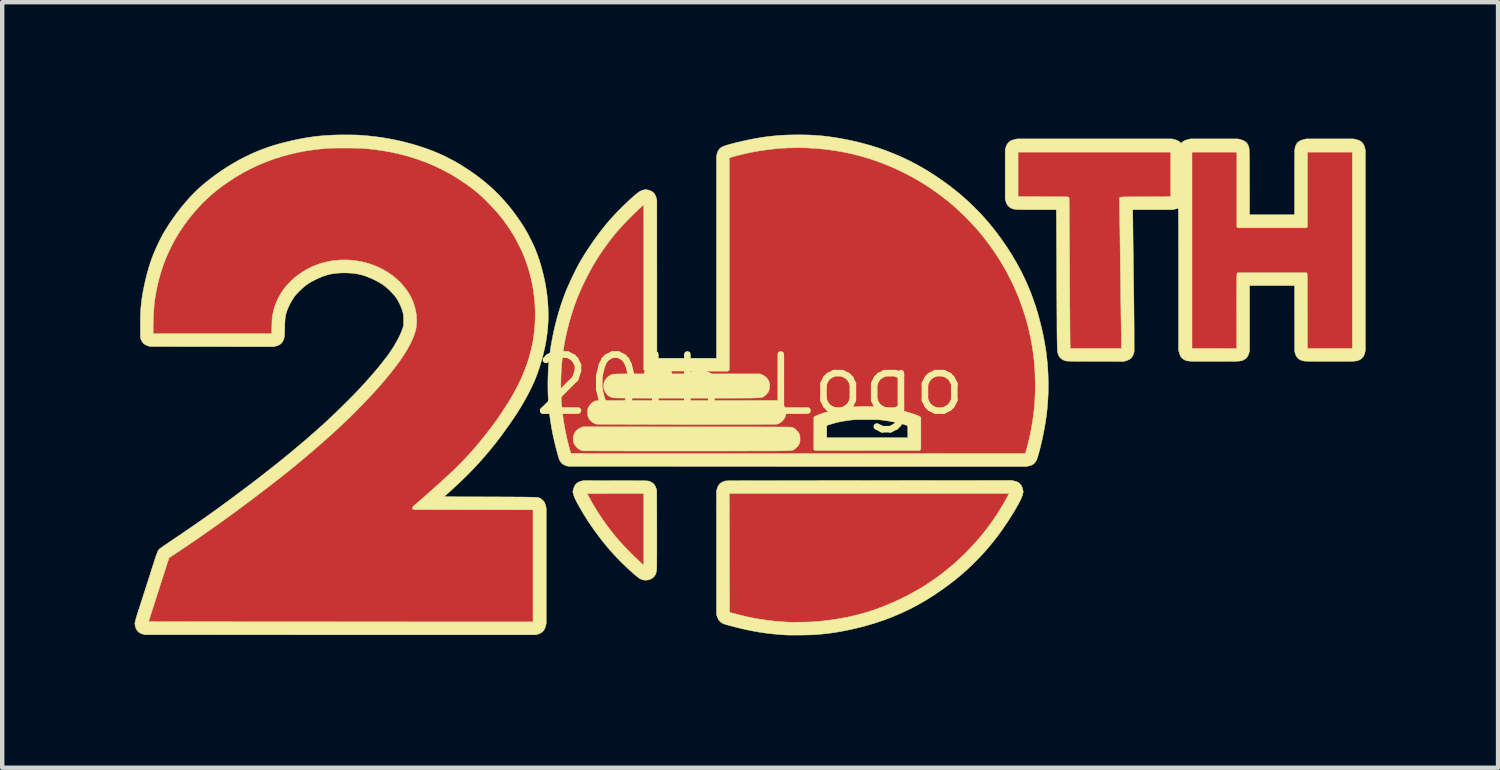
<source format=kicad_pcb>
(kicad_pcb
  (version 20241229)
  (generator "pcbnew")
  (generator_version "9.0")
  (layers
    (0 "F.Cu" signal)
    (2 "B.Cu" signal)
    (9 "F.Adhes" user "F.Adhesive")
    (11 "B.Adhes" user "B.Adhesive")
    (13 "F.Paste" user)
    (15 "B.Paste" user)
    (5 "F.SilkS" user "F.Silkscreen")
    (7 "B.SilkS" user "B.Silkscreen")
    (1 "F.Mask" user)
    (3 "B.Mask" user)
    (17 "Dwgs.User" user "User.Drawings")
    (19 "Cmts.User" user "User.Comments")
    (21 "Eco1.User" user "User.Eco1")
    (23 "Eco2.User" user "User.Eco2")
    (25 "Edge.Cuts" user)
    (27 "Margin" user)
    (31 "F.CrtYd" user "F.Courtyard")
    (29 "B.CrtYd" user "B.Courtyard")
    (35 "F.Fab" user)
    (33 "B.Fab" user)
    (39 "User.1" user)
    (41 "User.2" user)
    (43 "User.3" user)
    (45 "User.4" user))
  (footprint "20th_Logo"
    (layer "F.Cu")
    (at 13.945 5.672)
    (property "Reference" "20th_Logo" (at 0 0 0) (layer "F.SilkS") (effects (font (size 1.27 1.27) (thickness 0.15))))
    (attr through_hole)
    (fp_poly (pts (xy -2.405 3.274) (xy -2.405 3.357) (xy -2.405 3.437) (xy -2.405 3.515) (xy -2.405 3.59) (xy -2.405 3.661) (xy -2.405 3.728) (xy -2.405 3.79) (xy -2.405 3.849) (xy -2.405 3.901) (xy -2.405 3.949) (xy -2.405 3.99) (xy -2.406 4.025) (xy -2.406 4.053) (xy -2.406 4.075) (xy -2.406 4.088) (xy -2.406 4.094) (xy -2.406 4.094) (xy -2.41 4.091) (xy -2.419 4.083) (xy -2.432 4.072) (xy -2.448 4.058) (xy -2.467 4.041) (xy -2.469 4.04) (xy -2.515 3.997) (xy -2.566 3.95) (xy -2.619 3.9) (xy -2.673 3.847) (xy -2.727 3.793) (xy -2.781 3.739) (xy -2.832 3.686) (xy -2.88 3.635) (xy -2.924 3.587) (xy -2.956 3.551) (xy -3.094 3.387) (xy -3.224 3.22) (xy -3.347 3.049) (xy -3.463 2.873) (xy -3.572 2.692) (xy -3.635 2.58) (xy -3.7 2.462) (xy -3.601 2.459) (xy -3.585 2.459) (xy -3.56 2.458) (xy -3.529 2.458) (xy -3.49 2.458) (xy -3.446 2.457) (xy -3.396 2.457) (xy -3.342 2.457) (xy -3.284 2.457) (xy -3.222 2.456) (xy -3.157 2.456) (xy -3.09 2.456) (xy -3.021 2.456) (xy -2.954 2.456) (xy -2.405 2.455) (xy -2.405 3.274)) (stroke (width 0.01) (type solid)) (fill yes) (layer "F.Cu"))
    (fp_poly (pts (xy 11.032 -3.587) (xy 11.046 -3.574) (xy 11.06 -3.56) (xy 12.597 -3.56) (xy 12.61 -3.574) (xy 12.624 -3.588) (xy 12.624 -5.279) (xy 13.648 -5.279) (xy 13.648 -0.821) (xy 12.624 -0.821) (xy 12.623 -1.591) (xy 12.623 -1.672) (xy 12.623 -1.752) (xy 12.623 -1.83) (xy 12.623 -1.905) (xy 12.623 -1.978) (xy 12.623 -2.047) (xy 12.623 -2.112) (xy 12.622 -2.173) (xy 12.622 -2.229) (xy 12.622 -2.28) (xy 12.622 -2.324) (xy 12.621 -2.363) (xy 12.621 -2.394) (xy 12.621 -2.419) (xy 12.62 -2.435) (xy 12.62 -2.441) (xy 12.619 -2.469) (xy 12.618 -2.491) (xy 12.617 -2.506) (xy 12.615 -2.517) (xy 12.613 -2.525) (xy 12.611 -2.53) (xy 12.609 -2.532) (xy 12.601 -2.544) (xy 11.051 -2.544) (xy 11.043 -2.533) (xy 11.04 -2.527) (xy 11.037 -2.52) (xy 11.035 -2.51) (xy 11.034 -2.496) (xy 11.032 -2.476) (xy 11.031 -2.449) (xy 11.031 -2.447) (xy 11.031 -2.435) (xy 11.03 -2.415) (xy 11.03 -2.387) (xy 11.03 -2.353) (xy 11.029 -2.312) (xy 11.029 -2.264) (xy 11.029 -2.212) (xy 11.029 -2.154) (xy 11.029 -2.091) (xy 11.029 -2.024) (xy 11.029 -1.953) (xy 11.029 -1.879) (xy 11.029 -1.803) (xy 11.029 -1.724) (xy 11.029 -1.643) (xy 11.029 -1.597) (xy 11.03 -0.821) (xy 10.519 -0.821) (xy 10.008 -0.821) (xy 10.008 -5.279) (xy 11.032 -5.279) (xy 11.032 -3.587)) (stroke (width 0.01) (type solid)) (fill yes) (layer "F.Cu"))
    (fp_poly (pts (xy 5.846 2.514) (xy 5.813 2.575) (xy 5.776 2.641) (xy 5.736 2.709) (xy 5.695 2.778) (xy 5.653 2.847) (xy 5.61 2.915) (xy 5.568 2.979) (xy 5.528 3.04) (xy 5.49 3.095) (xy 5.472 3.12) (xy 5.453 3.145) (xy 5.432 3.173) (xy 5.409 3.205) (xy 5.385 3.237) (xy 5.36 3.27) (xy 5.336 3.301) (xy 5.314 3.33) (xy 5.294 3.356) (xy 5.278 3.376) (xy 5.271 3.385) (xy 5.234 3.429) (xy 5.192 3.479) (xy 5.145 3.532) (xy 5.095 3.587) (xy 5.042 3.644) (xy 4.988 3.702) (xy 4.933 3.759) (xy 4.879 3.815) (xy 4.826 3.868) (xy 4.775 3.917) (xy 4.727 3.963) (xy 4.722 3.967) (xy 4.567 4.105) (xy 4.405 4.237) (xy 4.238 4.362) (xy 4.065 4.482) (xy 3.887 4.595) (xy 3.704 4.701) (xy 3.515 4.802) (xy 3.435 4.841) (xy 3.256 4.925) (xy 3.076 5.001) (xy 2.896 5.07) (xy 2.714 5.132) (xy 2.531 5.186) (xy 2.346 5.234) (xy 2.158 5.275) (xy 1.966 5.309) (xy 1.769 5.337) (xy 1.568 5.359) (xy 1.422 5.37) (xy 1.399 5.372) (xy 1.368 5.373) (xy 1.331 5.374) (xy 1.29 5.375) (xy 1.245 5.376) (xy 1.197 5.377) (xy 1.149 5.378) (xy 1.101 5.379) (xy 1.055 5.379) (xy 1.011 5.379) (xy 0.971 5.379) (xy 0.936 5.379) (xy 0.908 5.378) (xy 0.893 5.378) (xy 0.716 5.368) (xy 0.538 5.353) (xy 0.362 5.332) (xy 0.191 5.307) (xy 0.024 5.277) (xy 0.023 5.276) (xy -0.004 5.271) (xy -0.038 5.263) (xy -0.077 5.254) (xy -0.12 5.244) (xy -0.165 5.234) (xy -0.21 5.222) (xy -0.256 5.211) (xy -0.3 5.2) (xy -0.34 5.19) (xy -0.377 5.18) (xy -0.407 5.172) (xy -0.428 5.166) (xy -0.468 5.154) (xy -0.47 4.417) (xy -0.471 4.327) (xy -0.471 4.231) (xy -0.471 4.13) (xy -0.472 4.027) (xy -0.472 3.921) (xy -0.472 3.815) (xy -0.472 3.709) (xy -0.473 3.603) (xy -0.473 3.5) (xy -0.473 3.401) (xy -0.473 3.305) (xy -0.473 3.215) (xy -0.473 3.132) (xy -0.474 3.068) (xy -0.474 2.455) (xy 5.877 2.455) (xy 5.846 2.514)) (stroke (width 0.01) (type solid)) (fill yes) (layer "F.Cu"))
    (fp_poly (pts (xy 9.533 -4.264) (xy 9.308 -4.262) (xy 9.263 -4.261) (xy 9.212 -4.261) (xy 9.154 -4.26) (xy 9.093 -4.26) (xy 9.029 -4.259) (xy 8.964 -4.259) (xy 8.9 -4.259) (xy 8.838 -4.259) (xy 8.778 -4.258) (xy 8.771 -4.258) (xy 8.706 -4.258) (xy 8.649 -4.258) (xy 8.599 -4.258) (xy 8.556 -4.258) (xy 8.519 -4.257) (xy 8.488 -4.257) (xy 8.462 -4.256) (xy 8.441 -4.255) (xy 8.425 -4.254) (xy 8.411 -4.253) (xy 8.401 -4.252) (xy 8.394 -4.25) (xy 8.388 -4.248) (xy 8.384 -4.246) (xy 8.382 -4.243) (xy 8.373 -4.234) (xy 8.377 -3.911) (xy 8.378 -3.863) (xy 8.379 -3.807) (xy 8.38 -3.745) (xy 8.381 -3.677) (xy 8.382 -3.605) (xy 8.383 -3.53) (xy 8.384 -3.452) (xy 8.385 -3.373) (xy 8.386 -3.294) (xy 8.387 -3.215) (xy 8.387 -3.138) (xy 8.388 -3.064) (xy 8.388 -3.061) (xy 8.39 -2.916) (xy 8.392 -2.774) (xy 8.394 -2.636) (xy 8.395 -2.501) (xy 8.397 -2.37) (xy 8.398 -2.243) (xy 8.4 -2.121) (xy 8.401 -2.004) (xy 8.403 -1.892) (xy 8.404 -1.785) (xy 8.406 -1.685) (xy 8.407 -1.592) (xy 8.408 -1.505) (xy 8.409 -1.425) (xy 8.41 -1.352) (xy 8.411 -1.288) (xy 8.412 -1.242) (xy 8.412 -1.192) (xy 8.413 -1.143) (xy 8.414 -1.095) (xy 8.414 -1.05) (xy 8.415 -1.008) (xy 8.415 -0.971) (xy 8.416 -0.939) (xy 8.416 -0.914) (xy 8.416 -0.895) (xy 8.416 -0.894) (xy 8.416 -0.821) (xy 7.249 -0.821) (xy 7.246 -0.97) (xy 7.245 -0.994) (xy 7.245 -1.026) (xy 7.245 -1.066) (xy 7.244 -1.114) (xy 7.244 -1.169) (xy 7.243 -1.231) (xy 7.243 -1.299) (xy 7.242 -1.374) (xy 7.241 -1.455) (xy 7.241 -1.542) (xy 7.24 -1.635) (xy 7.24 -1.732) (xy 7.239 -1.835) (xy 7.238 -1.942) (xy 7.238 -2.054) (xy 7.237 -2.17) (xy 7.236 -2.289) (xy 7.236 -2.412) (xy 7.235 -2.538) (xy 7.235 -2.667) (xy 7.234 -2.799) (xy 7.233 -2.933) (xy 7.233 -3.069) (xy 7.232 -3.147) (xy 7.232 -3.267) (xy 7.231 -3.378) (xy 7.231 -3.481) (xy 7.23 -3.577) (xy 7.23 -3.665) (xy 7.229 -3.745) (xy 7.228 -3.819) (xy 7.228 -3.886) (xy 7.227 -3.946) (xy 7.227 -4) (xy 7.226 -4.047) (xy 7.225 -4.089) (xy 7.225 -4.125) (xy 7.224 -4.156) (xy 7.223 -4.182) (xy 7.222 -4.203) (xy 7.221 -4.219) (xy 7.221 -4.23) (xy 7.22 -4.237) (xy 7.219 -4.241) (xy 7.211 -4.248) (xy 7.2 -4.254) (xy 7.198 -4.255) (xy 7.192 -4.255) (xy 7.179 -4.256) (xy 7.159 -4.257) (xy 7.133 -4.257) (xy 7.099 -4.258) (xy 7.057 -4.259) (xy 7.009 -4.259) (xy 6.952 -4.26) (xy 6.888 -4.26) (xy 6.816 -4.261) (xy 6.735 -4.261) (xy 6.647 -4.262) (xy 6.624 -4.262) (xy 6.066 -4.264) (xy 6.066 -5.279) (xy 9.533 -5.279) (xy 9.533 -4.264)) (stroke (width 0.01) (type solid)) (fill yes) (layer "F.Cu"))
    (fp_poly (pts (xy -9.116 -5.37) (xy -9.059 -5.37) (xy -9.007 -5.37) (xy -8.962 -5.37) (xy -8.922 -5.369) (xy -8.887 -5.369) (xy -8.855 -5.368) (xy -8.825 -5.367) (xy -8.798 -5.366) (xy -8.771 -5.364) (xy -8.745 -5.363) (xy -8.718 -5.36) (xy -8.69 -5.358) (xy -8.66 -5.355) (xy -8.626 -5.351) (xy -8.589 -5.347) (xy -8.564 -5.344) (xy -8.363 -5.318) (xy -8.165 -5.285) (xy -7.972 -5.244) (xy -7.782 -5.196) (xy -7.597 -5.14) (xy -7.416 -5.077) (xy -7.238 -5.006) (xy -7.064 -4.928) (xy -6.895 -4.843) (xy -6.729 -4.75) (xy -6.567 -4.649) (xy -6.536 -4.629) (xy -6.434 -4.559) (xy -6.339 -4.491) (xy -6.25 -4.422) (xy -6.164 -4.351) (xy -6.082 -4.279) (xy -6.001 -4.202) (xy -5.92 -4.121) (xy -5.907 -4.107) (xy -5.858 -4.055) (xy -5.814 -4.009) (xy -5.774 -3.965) (xy -5.738 -3.925) (xy -5.704 -3.886) (xy -5.672 -3.847) (xy -5.64 -3.808) (xy -5.609 -3.767) (xy -5.576 -3.724) (xy -5.54 -3.677) (xy -5.537 -3.672) (xy -5.518 -3.645) (xy -5.497 -3.617) (xy -5.478 -3.589) (xy -5.459 -3.561) (xy -5.441 -3.536) (xy -5.426 -3.513) (xy -5.413 -3.493) (xy -5.404 -3.478) (xy -5.399 -3.469) (xy -5.397 -3.466) (xy -5.395 -3.461) (xy -5.39 -3.451) (xy -5.381 -3.438) (xy -5.381 -3.438) (xy -5.364 -3.411) (xy -5.344 -3.378) (xy -5.322 -3.339) (xy -5.299 -3.297) (xy -5.274 -3.252) (xy -5.25 -3.205) (xy -5.226 -3.158) (xy -5.203 -3.112) (xy -5.183 -3.069) (xy -5.164 -3.029) (xy -5.156 -3.009) (xy -5.102 -2.878) (xy -5.055 -2.748) (xy -5.013 -2.62) (xy -4.977 -2.492) (xy -4.946 -2.363) (xy -4.92 -2.23) (xy -4.899 -2.093) (xy -4.882 -1.951) (xy -4.874 -1.863) (xy -4.872 -1.832) (xy -4.87 -1.794) (xy -4.869 -1.75) (xy -4.867 -1.703) (xy -4.867 -1.653) (xy -4.866 -1.601) (xy -4.866 -1.55) (xy -4.867 -1.501) (xy -4.867 -1.454) (xy -4.868 -1.411) (xy -4.87 -1.374) (xy -4.872 -1.345) (xy -4.872 -1.344) (xy -4.883 -1.227) (xy -4.896 -1.115) (xy -4.913 -1.007) (xy -4.933 -0.901) (xy -4.957 -0.795) (xy -4.986 -0.685) (xy -4.993 -0.658) (xy -5.019 -0.572) (xy -5.048 -0.482) (xy -5.082 -0.389) (xy -5.117 -0.296) (xy -5.155 -0.205) (xy -5.193 -0.118) (xy -5.197 -0.108) (xy -5.215 -0.071) (xy -5.236 -0.029) (xy -5.259 0.018) (xy -5.285 0.067) (xy -5.312 0.118) (xy -5.34 0.169) (xy -5.367 0.218) (xy -5.393 0.264) (xy -5.417 0.305) (xy -5.435 0.337) (xy -5.46 0.377) (xy -5.488 0.421) (xy -5.518 0.468) (xy -5.55 0.517) (xy -5.583 0.567) (xy -5.615 0.617) (xy -5.647 0.665) (xy -5.678 0.711) (xy -5.707 0.754) (xy -5.733 0.792) (xy -5.756 0.823) (xy -5.762 0.832) (xy -5.902 1.021) (xy -6.044 1.202) (xy -6.188 1.376) (xy -6.336 1.544) (xy -6.487 1.706) (xy -6.642 1.864) (xy -6.802 2.018) (xy -6.85 2.062) (xy -6.927 2.133) (xy -7.006 2.205) (xy -7.086 2.277) (xy -7.166 2.349) (xy -7.245 2.419) (xy -7.321 2.487) (xy -7.395 2.552) (xy -7.466 2.613) (xy -7.532 2.67) (xy -7.59 2.719) (xy -7.614 2.741) (xy -7.631 2.759) (xy -7.642 2.775) (xy -7.646 2.788) (xy -7.644 2.801) (xy -7.637 2.812) (xy -7.629 2.822) (xy -6.272 2.823) (xy -4.915 2.824) (xy -4.915 5.372) (xy -7.947 5.371) (xy -8.117 5.371) (xy -8.289 5.371) (xy -8.463 5.371) (xy -8.637 5.371) (xy -8.812 5.371) (xy -8.987 5.371) (xy -9.162 5.371) (xy -9.336 5.371) (xy -9.51 5.37) (xy -9.683 5.37) (xy -9.854 5.37) (xy -10.023 5.37) (xy -10.19 5.37) (xy -10.354 5.37) (xy -10.515 5.37) (xy -10.673 5.37) (xy -10.828 5.37) (xy -10.978 5.37) (xy -11.124 5.37) (xy -11.265 5.37) (xy -11.402 5.37) (xy -11.533 5.369) (xy -11.658 5.369) (xy -11.776 5.369) (xy -11.889 5.369) (xy -11.994 5.369) (xy -12.093 5.369) (xy -12.183 5.369) (xy -12.266 5.369) (xy -12.308 5.369) (xy -13.636 5.368) (xy -13.633 5.358) (xy -13.623 5.326) (xy -13.612 5.289) (xy -13.599 5.25) (xy -13.586 5.21) (xy -13.573 5.17) (xy -13.561 5.132) (xy -13.551 5.099) (xy -13.542 5.071) (xy -13.538 5.061) (xy -13.532 5.041) (xy -13.523 5.015) (xy -13.513 4.983) (xy -13.501 4.946) (xy -13.488 4.906) (xy -13.474 4.862) (xy -13.459 4.817) (xy -13.445 4.771) (xy -13.43 4.726) (xy -13.416 4.681) (xy -13.402 4.639) (xy -13.39 4.6) (xy -13.379 4.566) (xy -13.37 4.536) (xy -13.362 4.513) (xy -13.358 4.5) (xy -13.35 4.475) (xy -13.34 4.444) (xy -13.329 4.407) (xy -13.316 4.366) (xy -13.302 4.322) (xy -13.287 4.276) (xy -13.272 4.23) (xy -13.257 4.184) (xy -13.243 4.14) (xy -13.23 4.099) (xy -13.218 4.062) (xy -13.208 4.031) (xy -13.199 4.007) (xy -13.199 4.006) (xy -13.169 3.916) (xy -12.957 3.773) (xy -12.871 3.715) (xy -12.789 3.66) (xy -12.711 3.607) (xy -12.636 3.556) (xy -12.563 3.506) (xy -12.49 3.456) (xy -12.418 3.406) (xy -12.345 3.355) (xy -12.27 3.302) (xy -12.192 3.247) (xy -12.11 3.189) (xy -12.024 3.128) (xy -11.933 3.062) (xy -11.889 3.031) (xy -11.769 2.944) (xy -11.646 2.854) (xy -11.52 2.762) (xy -11.393 2.667) (xy -11.265 2.571) (xy -11.137 2.474) (xy -11.009 2.376) (xy -10.883 2.279) (xy -10.759 2.182) (xy -10.638 2.087) (xy -10.521 1.994) (xy -10.408 1.903) (xy -10.3 1.815) (xy -10.197 1.731) (xy -10.12 1.666) (xy -9.969 1.538) (xy -9.824 1.414) (xy -9.686 1.294) (xy -9.553 1.176) (xy -9.426 1.061) (xy -9.303 0.947) (xy -9.184 0.835) (xy -9.069 0.724) (xy -8.957 0.614) (xy -8.847 0.503) (xy -8.74 0.392) (xy -8.634 0.28) (xy -8.623 0.269) (xy -8.567 0.208) (xy -8.515 0.152) (xy -8.468 0.1) (xy -8.424 0.051) (xy -8.382 0.003) (xy -8.342 -0.043) (xy -8.302 -0.09) (xy -8.261 -0.139) (xy -8.257 -0.144) (xy -8.18 -0.238) (xy -8.109 -0.326) (xy -8.043 -0.411) (xy -7.983 -0.491) (xy -7.928 -0.567) (xy -7.877 -0.641) (xy -7.831 -0.712) (xy -7.788 -0.781) (xy -7.749 -0.849) (xy -7.713 -0.916) (xy -7.695 -0.953) (xy -7.656 -1.035) (xy -7.624 -1.114) (xy -7.598 -1.189) (xy -7.579 -1.263) (xy -7.566 -1.335) (xy -7.559 -1.408) (xy -7.558 -1.481) (xy -7.563 -1.556) (xy -7.573 -1.634) (xy -7.58 -1.674) (xy -7.603 -1.767) (xy -7.633 -1.859) (xy -7.671 -1.949) (xy -7.716 -2.037) (xy -7.768 -2.121) (xy -7.807 -2.176) (xy -7.876 -2.262) (xy -7.953 -2.342) (xy -8.035 -2.418) (xy -8.124 -2.487) (xy -8.217 -2.551) (xy -8.316 -2.609) (xy -8.42 -2.661) (xy -8.528 -2.707) (xy -8.64 -2.745) (xy -8.755 -2.777) (xy -8.829 -2.794) (xy -8.951 -2.814) (xy -9.073 -2.826) (xy -9.195 -2.83) (xy -9.315 -2.826) (xy -9.435 -2.814) (xy -9.553 -2.794) (xy -9.67 -2.766) (xy -9.784 -2.73) (xy -9.895 -2.686) (xy -10.004 -2.634) (xy -10.109 -2.575) (xy -10.168 -2.537) (xy -10.241 -2.486) (xy -10.313 -2.428) (xy -10.382 -2.367) (xy -10.448 -2.302) (xy -10.508 -2.235) (xy -10.561 -2.169) (xy -10.569 -2.157) (xy -10.63 -2.067) (xy -10.682 -1.973) (xy -10.728 -1.875) (xy -10.765 -1.775) (xy -10.795 -1.672) (xy -10.809 -1.606) (xy -10.814 -1.58) (xy -10.818 -1.557) (xy -10.821 -1.533) (xy -10.824 -1.51) (xy -10.826 -1.484) (xy -10.828 -1.456) (xy -10.829 -1.423) (xy -10.83 -1.386) (xy -10.831 -1.341) (xy -10.832 -1.316) (xy -10.834 -1.16) (xy -13.531 -1.16) (xy -13.528 -1.341) (xy -13.526 -1.445) (xy -13.523 -1.542) (xy -13.519 -1.633) (xy -13.514 -1.718) (xy -13.507 -1.8) (xy -13.499 -1.878) (xy -13.489 -1.954) (xy -13.478 -2.029) (xy -13.465 -2.105) (xy -13.45 -2.181) (xy -13.432 -2.26) (xy -13.413 -2.343) (xy -13.398 -2.4) (xy -13.389 -2.433) (xy -13.379 -2.471) (xy -13.366 -2.513) (xy -13.352 -2.558) (xy -13.337 -2.604) (xy -13.322 -2.651) (xy -13.307 -2.697) (xy -13.292 -2.74) (xy -13.278 -2.778) (xy -13.266 -2.812) (xy -13.255 -2.838) (xy -13.195 -2.976) (xy -13.134 -3.107) (xy -13.07 -3.232) (xy -13.056 -3.258) (xy -12.976 -3.396) (xy -12.889 -3.533) (xy -12.795 -3.669) (xy -12.695 -3.801) (xy -12.59 -3.928) (xy -12.586 -3.933) (xy -12.512 -4.017) (xy -12.44 -4.094) (xy -12.369 -4.167) (xy -12.297 -4.235) (xy -12.223 -4.302) (xy -12.146 -4.367) (xy -12.064 -4.433) (xy -12.045 -4.449) (xy -11.89 -4.563) (xy -11.731 -4.67) (xy -11.569 -4.77) (xy -11.402 -4.862) (xy -11.232 -4.946) (xy -11.058 -5.023) (xy -10.88 -5.093) (xy -10.698 -5.155) (xy -10.512 -5.209) (xy -10.322 -5.256) (xy -10.129 -5.295) (xy -9.932 -5.327) (xy -9.798 -5.344) (xy -9.759 -5.349) (xy -9.724 -5.352) (xy -9.693 -5.356) (xy -9.664 -5.359) (xy -9.637 -5.361) (xy -9.61 -5.363) (xy -9.584 -5.365) (xy -9.557 -5.366) (xy -9.528 -5.368) (xy -9.497 -5.368) (xy -9.462 -5.369) (xy -9.424 -5.369) (xy -9.38 -5.37) (xy -9.331 -5.37) (xy -9.276 -5.37) (xy -9.213 -5.37) (xy -9.182 -5.37) (xy -9.116 -5.37)) (stroke (width 0.01) (type solid)) (fill yes) (layer "F.Cu"))
    (fp_poly (pts (xy 1.282 -5.376) (xy 1.491 -5.365) (xy 1.698 -5.345) (xy 1.903 -5.318) (xy 1.965 -5.308) (xy 2.173 -5.27) (xy 2.38 -5.223) (xy 2.585 -5.167) (xy 2.787 -5.104) (xy 2.987 -5.033) (xy 3.183 -4.954) (xy 3.377 -4.868) (xy 3.567 -4.774) (xy 3.753 -4.672) (xy 3.936 -4.563) (xy 4.094 -4.46) (xy 4.237 -4.36) (xy 4.373 -4.259) (xy 4.504 -4.155) (xy 4.631 -4.047) (xy 4.756 -3.933) (xy 4.88 -3.813) (xy 4.921 -3.771) (xy 4.991 -3.7) (xy 5.054 -3.632) (xy 5.114 -3.566) (xy 5.171 -3.502) (xy 5.226 -3.437) (xy 5.28 -3.37) (xy 5.335 -3.3) (xy 5.389 -3.228) (xy 5.439 -3.16) (xy 5.485 -3.096) (xy 5.529 -3.033) (xy 5.572 -2.97) (xy 5.613 -2.906) (xy 5.655 -2.84) (xy 5.699 -2.769) (xy 5.745 -2.692) (xy 5.76 -2.665) (xy 5.782 -2.626) (xy 5.807 -2.582) (xy 5.833 -2.533) (xy 5.86 -2.481) (xy 5.888 -2.427) (xy 5.915 -2.373) (xy 5.941 -2.321) (xy 5.964 -2.272) (xy 5.985 -2.227) (xy 5.999 -2.196) (xy 6.01 -2.172) (xy 6.02 -2.148) (xy 6.029 -2.128) (xy 6.036 -2.112) (xy 6.04 -2.104) (xy 6.055 -2.069) (xy 6.072 -2.028) (xy 6.091 -1.981) (xy 6.111 -1.929) (xy 6.131 -1.874) (xy 6.152 -1.817) (xy 6.172 -1.76) (xy 6.192 -1.702) (xy 6.21 -1.647) (xy 6.225 -1.6) (xy 6.275 -1.431) (xy 6.319 -1.257) (xy 6.359 -1.08) (xy 6.392 -0.902) (xy 6.419 -0.725) (xy 6.439 -0.55) (xy 6.447 -0.464) (xy 6.454 -0.369) (xy 6.459 -0.268) (xy 6.462 -0.162) (xy 6.464 -0.055) (xy 6.464 0.053) (xy 6.462 0.159) (xy 6.459 0.262) (xy 6.454 0.359) (xy 6.451 0.404) (xy 6.433 0.604) (xy 6.408 0.803) (xy 6.375 1.001) (xy 6.335 1.195) (xy 6.288 1.386) (xy 6.264 1.473) (xy 6.256 1.498) (xy 6.25 1.52) (xy 6.245 1.538) (xy 6.242 1.55) (xy 6.24 1.556) (xy 6.24 1.556) (xy 6.236 1.556) (xy 6.223 1.556) (xy 6.203 1.557) (xy 6.174 1.557) (xy 6.137 1.557) (xy 6.093 1.557) (xy 6.042 1.557) (xy 5.983 1.557) (xy 5.917 1.557) (xy 5.844 1.557) (xy 5.764 1.557) (xy 5.677 1.557) (xy 5.584 1.557) (xy 5.485 1.557) (xy 5.379 1.557) (xy 5.267 1.557) (xy 5.15 1.557) (xy 5.026 1.557) (xy 4.897 1.557) (xy 4.763 1.557) (xy 4.624 1.557) (xy 4.479 1.557) (xy 4.33 1.558) (xy 4.176 1.558) (xy 4.017 1.558) (xy 3.854 1.558) (xy 3.687 1.558) (xy 3.515 1.558) (xy 3.34 1.558) (xy 3.161 1.558) (xy 2.978 1.558) (xy 2.792 1.558) (xy 2.603 1.558) (xy 2.41 1.558) (xy 2.215 1.558) (xy 2.017 1.558) (xy 1.816 1.558) (xy 1.613 1.558) (xy 1.407 1.558) (xy 1.2 1.558) (xy -4.063 1.558) (xy -4.07 1.538) (xy -4.082 1.499) (xy -4.095 1.453) (xy -4.109 1.401) (xy -4.123 1.344) (xy -4.138 1.284) (xy -4.149 1.236) (xy -4.005 1.236) (xy -3.998 1.278) (xy -3.985 1.319) (xy -3.966 1.358) (xy -3.941 1.393) (xy -3.91 1.425) (xy -3.875 1.451) (xy -3.834 1.472) (xy -3.814 1.48) (xy -3.81 1.481) (xy -3.806 1.482) (xy -3.8 1.483) (xy -3.792 1.484) (xy -3.782 1.485) (xy -3.77 1.485) (xy -3.755 1.486) (xy -3.736 1.487) (xy -3.713 1.487) (xy -3.685 1.487) (xy -3.653 1.488) (xy -3.615 1.488) (xy -3.571 1.489) (xy -3.52 1.489) (xy -3.463 1.489) (xy -3.399 1.49) (xy -3.326 1.49) (xy -3.304 1.49) (xy -3.243 1.49) (xy -3.176 1.491) (xy -3.102 1.491) (xy -3.023 1.491) (xy -2.939 1.491) (xy -2.85 1.492) (xy -2.756 1.492) (xy -2.658 1.492) (xy -2.557 1.492) (xy -2.451 1.492) (xy -2.343 1.492) (xy -2.232 1.493) (xy -2.119 1.493) (xy -2.003 1.493) (xy -1.886 1.493) (xy -1.767 1.493) (xy -1.648 1.493) (xy -1.528 1.493) (xy -1.407 1.493) (xy -1.287 1.493) (xy -1.167 1.493) (xy -1.048 1.493) (xy -0.93 1.493) (xy -0.814 1.493) (xy -0.699 1.493) (xy -0.587 1.493) (xy -0.477 1.493) (xy -0.37 1.493) (xy -0.266 1.493) (xy -0.166 1.493) (xy -0.07 1.493) (xy 0.021 1.492) (xy 0.108 1.492) (xy 0.19 1.492) (xy 0.266 1.492) (xy 0.337 1.492) (xy 0.402 1.491) (xy 0.46 1.491) (xy 0.511 1.491) (xy 0.555 1.491) (xy 0.591 1.49) (xy 0.62 1.49) (xy 0.633 1.49) (xy 0.68 1.489) (xy 0.726 1.488) (xy 0.769 1.487) (xy 0.809 1.487) (xy 0.844 1.486) (xy 0.874 1.485) (xy 0.899 1.484) (xy 0.916 1.483) (xy 0.926 1.482) (xy 0.927 1.482) (xy 0.953 1.476) (xy 0.978 1.466) (xy 0.991 1.458) (xy 1.448 1.458) (xy 1.462 1.47) (xy 1.475 1.481) (xy 2.654 1.482) (xy 3.832 1.482) (xy 3.849 1.469) (xy 3.865 1.456) (xy 3.865 0.738) (xy 3.849 0.726) (xy 3.832 0.715) (xy 3.807 0.703) (xy 3.776 0.689) (xy 3.737 0.675) (xy 3.693 0.66) (xy 3.644 0.644) (xy 3.59 0.628) (xy 3.533 0.612) (xy 3.472 0.596) (xy 3.46 0.593) (xy 3.347 0.566) (xy 3.236 0.543) (xy 3.126 0.524) (xy 3.012 0.509) (xy 2.938 0.501) (xy 2.911 0.499) (xy 2.877 0.497) (xy 2.837 0.495) (xy 2.792 0.494) (xy 2.743 0.493) (xy 2.692 0.493) (xy 2.639 0.493) (xy 2.586 0.493) (xy 2.535 0.493) (xy 2.485 0.494) (xy 2.439 0.495) (xy 2.397 0.497) (xy 2.361 0.498) (xy 2.332 0.5) (xy 2.326 0.501) (xy 2.169 0.52) (xy 2.015 0.547) (xy 1.865 0.581) (xy 1.852 0.584) (xy 1.806 0.596) (xy 1.759 0.61) (xy 1.713 0.624) (xy 1.667 0.639) (xy 1.624 0.654) (xy 1.584 0.668) (xy 1.547 0.682) (xy 1.515 0.696) (xy 1.488 0.708) (xy 1.468 0.718) (xy 1.455 0.727) (xy 1.455 0.727) (xy 1.454 0.729) (xy 1.453 0.731) (xy 1.452 0.735) (xy 1.451 0.741) (xy 1.45 0.75) (xy 1.45 0.762) (xy 1.449 0.777) (xy 1.449 0.797) (xy 1.448 0.821) (xy 1.448 0.851) (xy 1.448 0.887) (xy 1.448 0.928) (xy 1.448 0.977) (xy 1.448 1.033) (xy 1.448 1.096) (xy 1.448 1.458) (xy 0.991 1.458) (xy 1.003 1.451) (xy 1.03 1.43) (xy 1.053 1.408) (xy 1.077 1.382) (xy 1.095 1.358) (xy 1.108 1.334) (xy 1.118 1.307) (xy 1.125 1.278) (xy 1.129 1.236) (xy 1.128 1.192) (xy 1.121 1.149) (xy 1.108 1.109) (xy 1.1 1.091) (xy 1.092 1.079) (xy 1.079 1.063) (xy 1.064 1.046) (xy 1.046 1.028) (xy 1.029 1.011) (xy 1.013 0.998) (xy 1.004 0.991) (xy 0.99 0.983) (xy 0.972 0.975) (xy 0.953 0.967) (xy 0.95 0.967) (xy 0.917 0.955) (xy -1.436 0.953) (xy -3.789 0.952) (xy -3.824 0.966) (xy -3.868 0.988) (xy -3.905 1.013) (xy -3.937 1.043) (xy -3.963 1.08) (xy -3.98 1.11) (xy -3.996 1.151) (xy -4.004 1.193) (xy -4.005 1.236) (xy -4.149 1.236) (xy -4.152 1.222) (xy -4.167 1.159) (xy -4.18 1.096) (xy -4.189 1.052) (xy -4.206 0.964) (xy -4.221 0.88) (xy -4.234 0.796) (xy -4.246 0.713) (xy -4.256 0.628) (xy -4.259 0.599) (xy -3.681 0.599) (xy -3.681 0.646) (xy -3.672 0.694) (xy -3.664 0.72) (xy -3.648 0.756) (xy -3.624 0.79) (xy -3.594 0.821) (xy -3.559 0.848) (xy -3.521 0.87) (xy -3.505 0.877) (xy -3.482 0.886) (xy -2.8 0.889) (xy -2.732 0.89) (xy -2.659 0.89) (xy -2.581 0.89) (xy -2.499 0.89) (xy -2.413 0.89) (xy -2.323 0.891) (xy -2.229 0.891) (xy -2.133 0.891) (xy -2.033 0.891) (xy -1.931 0.891) (xy -1.827 0.891) (xy -1.722 0.891) (xy -1.615 0.891) (xy -1.507 0.891) (xy -1.398 0.891) (xy -1.288 0.891) (xy -1.179 0.891) (xy -1.07 0.891) (xy -0.962 0.891) (xy -0.854 0.891) (xy -0.748 0.891) (xy -0.643 0.89) (xy -0.54 0.89) (xy -0.44 0.89) (xy -0.342 0.89) (xy -0.247 0.89) (xy -0.156 0.889) (xy -0.068 0.889) (xy 0.016 0.889) (xy 0.096 0.889) (xy 0.171 0.888) (xy 0.241 0.888) (xy 0.306 0.888) (xy 0.365 0.888) (xy 0.419 0.887) (xy 0.466 0.887) (xy 0.506 0.887) (xy 0.539 0.886) (xy 0.565 0.886) (xy 0.584 0.886) (xy 0.594 0.885) (xy 0.596 0.885) (xy 0.633 0.876) (xy 0.669 0.859) (xy 0.703 0.836) (xy 0.734 0.807) (xy 0.761 0.775) (xy 0.782 0.739) (xy 0.782 0.739) (xy 0.796 0.702) (xy 0.805 0.667) (xy 0.808 0.63) (xy 0.809 0.622) (xy 0.805 0.575) (xy 0.794 0.532) (xy 0.776 0.492) (xy 0.75 0.455) (xy 0.73 0.434) (xy 0.7 0.407) (xy 0.669 0.386) (xy 0.635 0.37) (xy 0.621 0.364) (xy 0.619 0.364) (xy 0.616 0.363) (xy 0.613 0.362) (xy 0.609 0.362) (xy 0.604 0.361) (xy 0.597 0.361) (xy 0.589 0.36) (xy 0.579 0.36) (xy 0.567 0.36) (xy 0.552 0.359) (xy 0.535 0.359) (xy 0.515 0.359) (xy 0.492 0.358) (xy 0.466 0.358) (xy 0.436 0.358) (xy 0.402 0.357) (xy 0.364 0.357) (xy 0.322 0.357) (xy 0.276 0.357) (xy 0.225 0.356) (xy 0.169 0.356) (xy 0.107 0.356) (xy 0.04 0.356) (xy -0.032 0.356) (xy -0.111 0.355) (xy -0.195 0.355) (xy -0.286 0.355) (xy -0.384 0.355) (xy -0.489 0.355) (xy -0.6 0.355) (xy -0.719 0.354) (xy -0.846 0.354) (xy -0.981 0.354) (xy -1.123 0.354) (xy -1.209 0.354) (xy -1.378 0.353) (xy -1.539 0.353) (xy -1.691 0.353) (xy -1.836 0.353) (xy -1.973 0.353) (xy -2.102 0.352) (xy -2.224 0.352) (xy -2.339 0.352) (xy -2.448 0.352) (xy -2.549 0.352) (xy -2.644 0.353) (xy -2.733 0.353) (xy -2.816 0.353) (xy -2.893 0.353) (xy -2.964 0.353) (xy -3.03 0.354) (xy -3.09 0.354) (xy -3.145 0.354) (xy -3.196 0.355) (xy -3.242 0.355) (xy -3.283 0.356) (xy -3.32 0.357) (xy -3.353 0.357) (xy -3.382 0.358) (xy -3.407 0.359) (xy -3.429 0.359) (xy -3.447 0.36) (xy -3.463 0.361) (xy -3.475 0.362) (xy -3.485 0.363) (xy -3.49 0.364) (xy -3.515 0.371) (xy -3.543 0.385) (xy -3.572 0.405) (xy -3.6 0.43) (xy -3.605 0.434) (xy -3.635 0.471) (xy -3.658 0.511) (xy -3.674 0.554) (xy -3.681 0.599) (xy -4.259 0.599) (xy -4.266 0.54) (xy -4.274 0.447) (xy -4.282 0.348) (xy -4.284 0.311) (xy -4.286 0.28) (xy -4.288 0.242) (xy -4.289 0.198) (xy -4.29 0.15) (xy -4.291 0.099) (xy -4.291 0.047) (xy -4.292 0.011) (xy -3.313 0.011) (xy -3.312 0.056) (xy -3.303 0.1) (xy -3.287 0.141) (xy -3.265 0.18) (xy -3.236 0.214) (xy -3.203 0.243) (xy -3.164 0.266) (xy -3.135 0.278) (xy -3.101 0.289) (xy -2.917 0.292) (xy -2.891 0.292) (xy -2.858 0.293) (xy -2.817 0.293) (xy -2.769 0.293) (xy -2.715 0.293) (xy -2.655 0.294) (xy -2.589 0.294) (xy -2.518 0.294) (xy -2.442 0.294) (xy -2.361 0.294) (xy -2.277 0.295) (xy -2.189 0.295) (xy -2.098 0.295) (xy -2.004 0.295) (xy -1.908 0.295) (xy -1.81 0.295) (xy -1.71 0.295) (xy -1.609 0.295) (xy -1.508 0.295) (xy -1.407 0.295) (xy -1.305 0.295) (xy -1.205 0.295) (xy -1.105 0.295) (xy -1.007 0.295) (xy -0.91 0.295) (xy -0.816 0.295) (xy -0.725 0.295) (xy -0.636 0.295) (xy -0.551 0.295) (xy -0.47 0.294) (xy -0.394 0.294) (xy -0.322 0.294) (xy -0.256 0.294) (xy -0.195 0.294) (xy -0.14 0.293) (xy -0.091 0.293) (xy -0.05 0.293) (xy -0.015 0.293) (xy 0.011 0.292) (xy 0.028 0.292) (xy 0.068 0.291) (xy 0.106 0.29) (xy 0.142 0.289) (xy 0.173 0.288) (xy 0.201 0.287) (xy 0.222 0.285) (xy 0.236 0.284) (xy 0.241 0.284) (xy 0.266 0.277) (xy 0.29 0.267) (xy 0.314 0.252) (xy 0.34 0.232) (xy 0.361 0.212) (xy 0.382 0.189) (xy 0.398 0.17) (xy 0.411 0.151) (xy 0.42 0.13) (xy 0.428 0.106) (xy 0.432 0.091) (xy 0.44 0.043) (xy 0.44 -0.003) (xy 0.432 -0.047) (xy 0.417 -0.089) (xy 0.395 -0.128) (xy 0.366 -0.163) (xy 0.33 -0.194) (xy 0.288 -0.22) (xy 0.247 -0.238) (xy 0.222 -0.247) (xy -1.319 -0.249) (xy -1.437 -0.249) (xy -1.554 -0.249) (xy -1.669 -0.249) (xy -1.78 -0.249) (xy -1.889 -0.249) (xy -1.995 -0.249) (xy -2.096 -0.249) (xy -2.194 -0.249) (xy -2.288 -0.249) (xy -2.377 -0.249) (xy -2.462 -0.249) (xy -2.541 -0.249) (xy -2.615 -0.248) (xy -2.682 -0.248) (xy -2.744 -0.248) (xy -2.8 -0.248) (xy -2.849 -0.248) (xy -2.89 -0.247) (xy -2.925 -0.247) (xy -2.951 -0.247) (xy -2.97 -0.247) (xy -2.978 -0.246) (xy -3.013 -0.245) (xy -3.041 -0.244) (xy -3.063 -0.243) (xy -3.08 -0.242) (xy -3.093 -0.241) (xy -3.104 -0.239) (xy -3.114 -0.236) (xy -3.124 -0.233) (xy -3.13 -0.231) (xy -3.174 -0.212) (xy -3.213 -0.186) (xy -3.246 -0.155) (xy -3.273 -0.118) (xy -3.294 -0.077) (xy -3.308 -0.032) (xy -3.313 0.011) (xy -4.292 0.011) (xy -4.292 -0.006) (xy -4.292 -0.057) (xy -4.291 -0.106) (xy -4.291 -0.151) (xy -4.29 -0.191) (xy -4.289 -0.218) (xy -4.277 -0.412) (xy -4.26 -0.601) (xy -4.236 -0.787) (xy -4.206 -0.971) (xy -4.169 -1.154) (xy -4.126 -1.337) (xy -4.087 -1.484) (xy -4.07 -1.542) (xy -4.049 -1.607) (xy -4.027 -1.676) (xy -4.002 -1.749) (xy -3.975 -1.823) (xy -3.947 -1.898) (xy -3.919 -1.972) (xy -3.891 -2.043) (xy -3.864 -2.11) (xy -3.837 -2.172) (xy -3.83 -2.189) (xy -3.82 -2.211) (xy -3.807 -2.239) (xy -3.791 -2.271) (xy -3.773 -2.308) (xy -3.754 -2.347) (xy -3.734 -2.387) (xy -3.714 -2.428) (xy -3.694 -2.467) (xy -3.675 -2.504) (xy -3.658 -2.537) (xy -3.644 -2.565) (xy -3.633 -2.584) (xy -3.576 -2.686) (xy -3.513 -2.791) (xy -3.447 -2.896) (xy -3.378 -3.002) (xy -3.307 -3.105) (xy -3.236 -3.205) (xy -3.164 -3.299) (xy -3.101 -3.378) (xy -2.975 -3.528) (xy -2.846 -3.671) (xy -2.712 -3.81) (xy -2.572 -3.944) (xy -2.458 -4.048) (xy -2.441 -4.063) (xy -2.427 -4.075) (xy -2.416 -4.084) (xy -2.409 -4.089) (xy -2.408 -4.089) (xy -2.408 -4.085) (xy -2.408 -4.073) (xy -2.407 -4.053) (xy -2.407 -4.025) (xy -2.407 -3.989) (xy -2.407 -3.947) (xy -2.407 -3.897) (xy -2.406 -3.841) (xy -2.406 -3.779) (xy -2.406 -3.711) (xy -2.406 -3.637) (xy -2.406 -3.557) (xy -2.405 -3.473) (xy -2.405 -3.383) (xy -2.405 -3.288) (xy -2.405 -3.19) (xy -2.405 -3.087) (xy -2.405 -2.98) (xy -2.405 -2.869) (xy -2.405 -2.755) (xy -2.405 -2.638) (xy -2.405 -2.519) (xy -2.405 -2.396) (xy -2.405 -2.272) (xy -2.405 -2.216) (xy -2.405 -0.344) (xy -2.394 -0.335) (xy -2.386 -0.331) (xy -2.374 -0.328) (xy -2.356 -0.325) (xy -2.344 -0.325) (xy -2.336 -0.324) (xy -2.32 -0.324) (xy -2.297 -0.324) (xy -2.266 -0.323) (xy -2.228 -0.323) (xy -2.184 -0.323) (xy -2.134 -0.322) (xy -2.078 -0.322) (xy -2.017 -0.322) (xy -1.951 -0.321) (xy -1.881 -0.321) (xy -1.807 -0.321) (xy -1.73 -0.32) (xy -1.649 -0.32) (xy -1.566 -0.32) (xy -1.48 -0.319) (xy -1.405 -0.319) (xy -0.506 -0.316) (xy -0.49 -0.329) (xy -0.474 -0.341) (xy -0.474 -2.746) (xy -0.474 -5.151) (xy -0.414 -5.168) (xy -0.221 -5.22) (xy -0.027 -5.265) (xy 0.166 -5.302) (xy 0.231 -5.312) (xy 0.44 -5.341) (xy 0.65 -5.362) (xy 0.861 -5.374) (xy 1.071 -5.379) (xy 1.282 -5.376)) (stroke (width 0.01) (type solid)) (fill yes) (layer "F.Cu"))
    (fp_poly (pts (xy -2.405 3.274) (xy -2.405 3.357) (xy -2.405 3.437) (xy -2.405 3.515) (xy -2.405 3.59) (xy -2.405 3.661) (xy -2.405 3.728) (xy -2.405 3.79) (xy -2.405 3.849) (xy -2.405 3.901) (xy -2.405 3.949) (xy -2.405 3.99) (xy -2.406 4.025) (xy -2.406 4.053) (xy -2.406 4.075) (xy -2.406 4.088) (xy -2.406 4.094) (xy -2.406 4.094) (xy -2.41 4.091) (xy -2.419 4.083) (xy -2.432 4.072) (xy -2.448 4.058) (xy -2.467 4.041) (xy -2.469 4.04) (xy -2.515 3.997) (xy -2.566 3.95) (xy -2.619 3.9) (xy -2.673 3.847) (xy -2.727 3.793) (xy -2.781 3.739) (xy -2.832 3.686) (xy -2.88 3.635) (xy -2.924 3.587) (xy -2.956 3.551) (xy -3.094 3.387) (xy -3.224 3.22) (xy -3.347 3.049) (xy -3.463 2.873) (xy -3.572 2.692) (xy -3.635 2.58) (xy -3.7 2.462) (xy -3.601 2.459) (xy -3.585 2.459) (xy -3.56 2.458) (xy -3.529 2.458) (xy -3.49 2.458) (xy -3.446 2.457) (xy -3.396 2.457) (xy -3.342 2.457) (xy -3.284 2.457) (xy -3.222 2.456) (xy -3.157 2.456) (xy -3.09 2.456) (xy -3.021 2.456) (xy -2.954 2.456) (xy -2.405 2.455) (xy -2.405 3.274)) (stroke (width 0.01) (type solid)) (fill yes) (layer "F.Mask"))
    (fp_poly (pts (xy 11.032 -3.587) (xy 11.046 -3.574) (xy 11.06 -3.56) (xy 12.597 -3.56) (xy 12.61 -3.574) (xy 12.624 -3.588) (xy 12.624 -5.279) (xy 13.648 -5.279) (xy 13.648 -0.821) (xy 12.624 -0.821) (xy 12.623 -1.591) (xy 12.623 -1.672) (xy 12.623 -1.752) (xy 12.623 -1.83) (xy 12.623 -1.905) (xy 12.623 -1.978) (xy 12.623 -2.047) (xy 12.623 -2.112) (xy 12.622 -2.173) (xy 12.622 -2.229) (xy 12.622 -2.28) (xy 12.622 -2.324) (xy 12.621 -2.363) (xy 12.621 -2.394) (xy 12.621 -2.419) (xy 12.62 -2.435) (xy 12.62 -2.441) (xy 12.619 -2.469) (xy 12.618 -2.491) (xy 12.617 -2.506) (xy 12.615 -2.517) (xy 12.613 -2.525) (xy 12.611 -2.53) (xy 12.609 -2.532) (xy 12.601 -2.544) (xy 11.051 -2.544) (xy 11.043 -2.533) (xy 11.04 -2.527) (xy 11.037 -2.52) (xy 11.035 -2.51) (xy 11.034 -2.496) (xy 11.032 -2.476) (xy 11.031 -2.449) (xy 11.031 -2.447) (xy 11.031 -2.435) (xy 11.03 -2.415) (xy 11.03 -2.387) (xy 11.03 -2.353) (xy 11.029 -2.312) (xy 11.029 -2.264) (xy 11.029 -2.212) (xy 11.029 -2.154) (xy 11.029 -2.091) (xy 11.029 -2.024) (xy 11.029 -1.953) (xy 11.029 -1.879) (xy 11.029 -1.803) (xy 11.029 -1.724) (xy 11.029 -1.643) (xy 11.029 -1.597) (xy 11.03 -0.821) (xy 10.519 -0.821) (xy 10.008 -0.821) (xy 10.008 -5.279) (xy 11.032 -5.279) (xy 11.032 -3.587)) (stroke (width 0.01) (type solid)) (fill yes) (layer "F.Mask"))
    (fp_poly (pts (xy 5.846 2.514) (xy 5.813 2.575) (xy 5.776 2.641) (xy 5.736 2.709) (xy 5.695 2.778) (xy 5.653 2.847) (xy 5.61 2.915) (xy 5.568 2.979) (xy 5.528 3.04) (xy 5.49 3.095) (xy 5.472 3.12) (xy 5.453 3.145) (xy 5.432 3.173) (xy 5.409 3.205) (xy 5.385 3.237) (xy 5.36 3.27) (xy 5.336 3.301) (xy 5.314 3.33) (xy 5.294 3.356) (xy 5.278 3.376) (xy 5.271 3.385) (xy 5.234 3.429) (xy 5.192 3.479) (xy 5.145 3.532) (xy 5.095 3.587) (xy 5.042 3.644) (xy 4.988 3.702) (xy 4.933 3.759) (xy 4.879 3.815) (xy 4.826 3.868) (xy 4.775 3.917) (xy 4.727 3.963) (xy 4.722 3.967) (xy 4.567 4.105) (xy 4.405 4.237) (xy 4.238 4.362) (xy 4.065 4.482) (xy 3.887 4.595) (xy 3.704 4.701) (xy 3.515 4.802) (xy 3.435 4.841) (xy 3.256 4.925) (xy 3.076 5.001) (xy 2.896 5.07) (xy 2.714 5.132) (xy 2.531 5.186) (xy 2.346 5.234) (xy 2.158 5.275) (xy 1.966 5.309) (xy 1.769 5.337) (xy 1.568 5.359) (xy 1.422 5.37) (xy 1.399 5.372) (xy 1.368 5.373) (xy 1.331 5.374) (xy 1.29 5.375) (xy 1.245 5.376) (xy 1.197 5.377) (xy 1.149 5.378) (xy 1.101 5.379) (xy 1.055 5.379) (xy 1.011 5.379) (xy 0.971 5.379) (xy 0.936 5.379) (xy 0.908 5.378) (xy 0.893 5.378) (xy 0.716 5.368) (xy 0.538 5.353) (xy 0.362 5.332) (xy 0.191 5.307) (xy 0.024 5.277) (xy 0.023 5.276) (xy -0.004 5.271) (xy -0.038 5.263) (xy -0.077 5.254) (xy -0.12 5.244) (xy -0.165 5.234) (xy -0.21 5.222) (xy -0.256 5.211) (xy -0.3 5.2) (xy -0.34 5.19) (xy -0.377 5.18) (xy -0.407 5.172) (xy -0.428 5.166) (xy -0.468 5.154) (xy -0.47 4.417) (xy -0.471 4.327) (xy -0.471 4.231) (xy -0.471 4.13) (xy -0.472 4.027) (xy -0.472 3.921) (xy -0.472 3.815) (xy -0.472 3.709) (xy -0.473 3.603) (xy -0.473 3.5) (xy -0.473 3.401) (xy -0.473 3.305) (xy -0.473 3.215) (xy -0.473 3.132) (xy -0.474 3.068) (xy -0.474 2.455) (xy 5.877 2.455) (xy 5.846 2.514)) (stroke (width 0.01) (type solid)) (fill yes) (layer "F.Mask"))
    (fp_poly (pts (xy 9.533 -4.264) (xy 9.308 -4.262) (xy 9.263 -4.261) (xy 9.212 -4.261) (xy 9.154 -4.26) (xy 9.093 -4.26) (xy 9.029 -4.259) (xy 8.964 -4.259) (xy 8.9 -4.259) (xy 8.838 -4.259) (xy 8.778 -4.258) (xy 8.771 -4.258) (xy 8.706 -4.258) (xy 8.649 -4.258) (xy 8.599 -4.258) (xy 8.556 -4.258) (xy 8.519 -4.257) (xy 8.488 -4.257) (xy 8.462 -4.256) (xy 8.441 -4.255) (xy 8.425 -4.254) (xy 8.411 -4.253) (xy 8.401 -4.252) (xy 8.394 -4.25) (xy 8.388 -4.248) (xy 8.384 -4.246) (xy 8.382 -4.243) (xy 8.373 -4.234) (xy 8.377 -3.911) (xy 8.378 -3.863) (xy 8.379 -3.807) (xy 8.38 -3.745) (xy 8.381 -3.677) (xy 8.382 -3.605) (xy 8.383 -3.53) (xy 8.384 -3.452) (xy 8.385 -3.373) (xy 8.386 -3.294) (xy 8.387 -3.215) (xy 8.387 -3.138) (xy 8.388 -3.064) (xy 8.388 -3.061) (xy 8.39 -2.916) (xy 8.392 -2.774) (xy 8.394 -2.636) (xy 8.395 -2.501) (xy 8.397 -2.37) (xy 8.398 -2.243) (xy 8.4 -2.121) (xy 8.401 -2.004) (xy 8.403 -1.892) (xy 8.404 -1.785) (xy 8.406 -1.685) (xy 8.407 -1.592) (xy 8.408 -1.505) (xy 8.409 -1.425) (xy 8.41 -1.352) (xy 8.411 -1.288) (xy 8.412 -1.242) (xy 8.412 -1.192) (xy 8.413 -1.143) (xy 8.414 -1.095) (xy 8.414 -1.05) (xy 8.415 -1.008) (xy 8.415 -0.971) (xy 8.416 -0.939) (xy 8.416 -0.914) (xy 8.416 -0.895) (xy 8.416 -0.894) (xy 8.416 -0.821) (xy 7.249 -0.821) (xy 7.246 -0.97) (xy 7.245 -0.994) (xy 7.245 -1.026) (xy 7.245 -1.066) (xy 7.244 -1.114) (xy 7.244 -1.169) (xy 7.243 -1.231) (xy 7.243 -1.299) (xy 7.242 -1.374) (xy 7.241 -1.455) (xy 7.241 -1.542) (xy 7.24 -1.635) (xy 7.24 -1.732) (xy 7.239 -1.835) (xy 7.238 -1.942) (xy 7.238 -2.054) (xy 7.237 -2.17) (xy 7.236 -2.289) (xy 7.236 -2.412) (xy 7.235 -2.538) (xy 7.235 -2.667) (xy 7.234 -2.799) (xy 7.233 -2.933) (xy 7.233 -3.069) (xy 7.232 -3.147) (xy 7.232 -3.267) (xy 7.231 -3.378) (xy 7.231 -3.481) (xy 7.23 -3.577) (xy 7.23 -3.665) (xy 7.229 -3.745) (xy 7.228 -3.819) (xy 7.228 -3.886) (xy 7.227 -3.946) (xy 7.227 -4) (xy 7.226 -4.047) (xy 7.225 -4.089) (xy 7.225 -4.125) (xy 7.224 -4.156) (xy 7.223 -4.182) (xy 7.222 -4.203) (xy 7.221 -4.219) (xy 7.221 -4.23) (xy 7.22 -4.237) (xy 7.219 -4.241) (xy 7.211 -4.248) (xy 7.2 -4.254) (xy 7.198 -4.255) (xy 7.192 -4.255) (xy 7.179 -4.256) (xy 7.159 -4.257) (xy 7.133 -4.257) (xy 7.099 -4.258) (xy 7.057 -4.259) (xy 7.009 -4.259) (xy 6.952 -4.26) (xy 6.888 -4.26) (xy 6.816 -4.261) (xy 6.735 -4.261) (xy 6.647 -4.262) (xy 6.624 -4.262) (xy 6.066 -4.264) (xy 6.066 -5.279) (xy 9.533 -5.279) (xy 9.533 -4.264)) (stroke (width 0.01) (type solid)) (fill yes) (layer "F.Mask"))
    (fp_poly (pts (xy -9.116 -5.37) (xy -9.059 -5.37) (xy -9.007 -5.37) (xy -8.962 -5.37) (xy -8.922 -5.369) (xy -8.887 -5.369) (xy -8.855 -5.368) (xy -8.825 -5.367) (xy -8.798 -5.366) (xy -8.771 -5.364) (xy -8.745 -5.363) (xy -8.718 -5.36) (xy -8.69 -5.358) (xy -8.66 -5.355) (xy -8.626 -5.351) (xy -8.589 -5.347) (xy -8.564 -5.344) (xy -8.363 -5.318) (xy -8.165 -5.285) (xy -7.972 -5.244) (xy -7.782 -5.196) (xy -7.597 -5.14) (xy -7.416 -5.077) (xy -7.238 -5.006) (xy -7.064 -4.928) (xy -6.895 -4.843) (xy -6.729 -4.75) (xy -6.567 -4.649) (xy -6.536 -4.629) (xy -6.434 -4.559) (xy -6.339 -4.491) (xy -6.25 -4.422) (xy -6.164 -4.351) (xy -6.082 -4.279) (xy -6.001 -4.202) (xy -5.92 -4.121) (xy -5.907 -4.107) (xy -5.858 -4.055) (xy -5.814 -4.009) (xy -5.774 -3.965) (xy -5.738 -3.925) (xy -5.704 -3.886) (xy -5.672 -3.847) (xy -5.64 -3.808) (xy -5.609 -3.767) (xy -5.576 -3.724) (xy -5.54 -3.677) (xy -5.537 -3.672) (xy -5.518 -3.645) (xy -5.497 -3.617) (xy -5.478 -3.589) (xy -5.459 -3.561) (xy -5.441 -3.536) (xy -5.426 -3.513) (xy -5.413 -3.493) (xy -5.404 -3.478) (xy -5.399 -3.469) (xy -5.397 -3.466) (xy -5.395 -3.461) (xy -5.39 -3.451) (xy -5.381 -3.438) (xy -5.381 -3.438) (xy -5.364 -3.411) (xy -5.344 -3.378) (xy -5.322 -3.339) (xy -5.299 -3.297) (xy -5.274 -3.252) (xy -5.25 -3.205) (xy -5.226 -3.158) (xy -5.203 -3.112) (xy -5.183 -3.069) (xy -5.164 -3.029) (xy -5.156 -3.009) (xy -5.102 -2.878) (xy -5.055 -2.748) (xy -5.013 -2.62) (xy -4.977 -2.492) (xy -4.946 -2.363) (xy -4.92 -2.23) (xy -4.899 -2.093) (xy -4.882 -1.951) (xy -4.874 -1.863) (xy -4.872 -1.832) (xy -4.87 -1.794) (xy -4.869 -1.75) (xy -4.867 -1.703) (xy -4.867 -1.653) (xy -4.866 -1.601) (xy -4.866 -1.55) (xy -4.867 -1.501) (xy -4.867 -1.454) (xy -4.868 -1.411) (xy -4.87 -1.374) (xy -4.872 -1.345) (xy -4.872 -1.344) (xy -4.883 -1.227) (xy -4.896 -1.115) (xy -4.913 -1.007) (xy -4.933 -0.901) (xy -4.957 -0.795) (xy -4.986 -0.685) (xy -4.993 -0.658) (xy -5.019 -0.572) (xy -5.048 -0.482) (xy -5.082 -0.389) (xy -5.117 -0.296) (xy -5.155 -0.205) (xy -5.193 -0.118) (xy -5.197 -0.108) (xy -5.215 -0.071) (xy -5.236 -0.029) (xy -5.259 0.018) (xy -5.285 0.067) (xy -5.312 0.118) (xy -5.34 0.169) (xy -5.367 0.218) (xy -5.393 0.264) (xy -5.417 0.305) (xy -5.435 0.337) (xy -5.46 0.377) (xy -5.488 0.421) (xy -5.518 0.468) (xy -5.55 0.517) (xy -5.583 0.567) (xy -5.615 0.617) (xy -5.647 0.665) (xy -5.678 0.711) (xy -5.707 0.754) (xy -5.733 0.792) (xy -5.756 0.823) (xy -5.762 0.832) (xy -5.902 1.021) (xy -6.044 1.202) (xy -6.188 1.376) (xy -6.336 1.544) (xy -6.487 1.706) (xy -6.642 1.864) (xy -6.802 2.018) (xy -6.85 2.062) (xy -6.927 2.133) (xy -7.006 2.205) (xy -7.086 2.277) (xy -7.166 2.349) (xy -7.245 2.419) (xy -7.321 2.487) (xy -7.395 2.552) (xy -7.466 2.613) (xy -7.532 2.67) (xy -7.59 2.719) (xy -7.614 2.741) (xy -7.631 2.759) (xy -7.642 2.775) (xy -7.646 2.788) (xy -7.644 2.801) (xy -7.637 2.812) (xy -7.629 2.822) (xy -6.272 2.823) (xy -4.915 2.824) (xy -4.915 5.372) (xy -7.947 5.371) (xy -8.117 5.371) (xy -8.289 5.371) (xy -8.463 5.371) (xy -8.637 5.371) (xy -8.812 5.371) (xy -8.987 5.371) (xy -9.162 5.371) (xy -9.336 5.371) (xy -9.51 5.37) (xy -9.683 5.37) (xy -9.854 5.37) (xy -10.023 5.37) (xy -10.19 5.37) (xy -10.354 5.37) (xy -10.515 5.37) (xy -10.673 5.37) (xy -10.828 5.37) (xy -10.978 5.37) (xy -11.124 5.37) (xy -11.265 5.37) (xy -11.402 5.37) (xy -11.533 5.369) (xy -11.658 5.369) (xy -11.776 5.369) (xy -11.889 5.369) (xy -11.994 5.369) (xy -12.093 5.369) (xy -12.183 5.369) (xy -12.266 5.369) (xy -12.308 5.369) (xy -13.636 5.368) (xy -13.633 5.358) (xy -13.623 5.326) (xy -13.612 5.289) (xy -13.599 5.25) (xy -13.586 5.21) (xy -13.573 5.17) (xy -13.561 5.132) (xy -13.551 5.099) (xy -13.542 5.071) (xy -13.538 5.061) (xy -13.532 5.041) (xy -13.523 5.015) (xy -13.513 4.983) (xy -13.501 4.946) (xy -13.488 4.906) (xy -13.474 4.862) (xy -13.459 4.817) (xy -13.445 4.771) (xy -13.43 4.726) (xy -13.416 4.681) (xy -13.402 4.639) (xy -13.39 4.6) (xy -13.379 4.566) (xy -13.37 4.536) (xy -13.362 4.513) (xy -13.358 4.5) (xy -13.35 4.475) (xy -13.34 4.444) (xy -13.329 4.407) (xy -13.316 4.366) (xy -13.302 4.322) (xy -13.287 4.276) (xy -13.272 4.23) (xy -13.257 4.184) (xy -13.243 4.14) (xy -13.23 4.099) (xy -13.218 4.062) (xy -13.208 4.031) (xy -13.199 4.007) (xy -13.199 4.006) (xy -13.169 3.916) (xy -12.957 3.773) (xy -12.871 3.715) (xy -12.789 3.66) (xy -12.711 3.607) (xy -12.636 3.556) (xy -12.563 3.506) (xy -12.49 3.456) (xy -12.418 3.406) (xy -12.345 3.355) (xy -12.27 3.302) (xy -12.192 3.247) (xy -12.11 3.189) (xy -12.024 3.128) (xy -11.933 3.062) (xy -11.889 3.031) (xy -11.769 2.944) (xy -11.646 2.854) (xy -11.52 2.762) (xy -11.393 2.667) (xy -11.265 2.571) (xy -11.137 2.474) (xy -11.009 2.376) (xy -10.883 2.279) (xy -10.759 2.182) (xy -10.638 2.087) (xy -10.521 1.994) (xy -10.408 1.903) (xy -10.3 1.815) (xy -10.197 1.731) (xy -10.12 1.666) (xy -9.969 1.538) (xy -9.824 1.414) (xy -9.686 1.294) (xy -9.553 1.176) (xy -9.426 1.061) (xy -9.303 0.947) (xy -9.184 0.835) (xy -9.069 0.724) (xy -8.957 0.614) (xy -8.847 0.503) (xy -8.74 0.392) (xy -8.634 0.28) (xy -8.623 0.269) (xy -8.567 0.208) (xy -8.515 0.152) (xy -8.468 0.1) (xy -8.424 0.051) (xy -8.382 0.003) (xy -8.342 -0.043) (xy -8.302 -0.09) (xy -8.261 -0.139) (xy -8.257 -0.144) (xy -8.18 -0.238) (xy -8.109 -0.326) (xy -8.043 -0.411) (xy -7.983 -0.491) (xy -7.928 -0.567) (xy -7.877 -0.641) (xy -7.831 -0.712) (xy -7.788 -0.781) (xy -7.749 -0.849) (xy -7.713 -0.916) (xy -7.695 -0.953) (xy -7.656 -1.035) (xy -7.624 -1.114) (xy -7.598 -1.189) (xy -7.579 -1.263) (xy -7.566 -1.335) (xy -7.559 -1.408) (xy -7.558 -1.481) (xy -7.563 -1.556) (xy -7.573 -1.634) (xy -7.58 -1.674) (xy -7.603 -1.767) (xy -7.633 -1.859) (xy -7.671 -1.949) (xy -7.716 -2.037) (xy -7.768 -2.121) (xy -7.807 -2.176) (xy -7.876 -2.262) (xy -7.953 -2.342) (xy -8.035 -2.418) (xy -8.124 -2.487) (xy -8.217 -2.551) (xy -8.316 -2.609) (xy -8.42 -2.661) (xy -8.528 -2.707) (xy -8.64 -2.745) (xy -8.755 -2.777) (xy -8.829 -2.794) (xy -8.951 -2.814) (xy -9.073 -2.826) (xy -9.195 -2.83) (xy -9.315 -2.826) (xy -9.435 -2.814) (xy -9.553 -2.794) (xy -9.67 -2.766) (xy -9.784 -2.73) (xy -9.895 -2.686) (xy -10.004 -2.634) (xy -10.109 -2.575) (xy -10.168 -2.537) (xy -10.241 -2.486) (xy -10.313 -2.428) (xy -10.382 -2.367) (xy -10.448 -2.302) (xy -10.508 -2.235) (xy -10.561 -2.169) (xy -10.569 -2.157) (xy -10.63 -2.067) (xy -10.682 -1.973) (xy -10.728 -1.875) (xy -10.765 -1.775) (xy -10.795 -1.672) (xy -10.809 -1.606) (xy -10.814 -1.58) (xy -10.818 -1.557) (xy -10.821 -1.533) (xy -10.824 -1.51) (xy -10.826 -1.484) (xy -10.828 -1.456) (xy -10.829 -1.423) (xy -10.83 -1.386) (xy -10.831 -1.341) (xy -10.832 -1.316) (xy -10.834 -1.16) (xy -13.531 -1.16) (xy -13.528 -1.341) (xy -13.526 -1.445) (xy -13.523 -1.542) (xy -13.519 -1.633) (xy -13.514 -1.718) (xy -13.507 -1.8) (xy -13.499 -1.878) (xy -13.489 -1.954) (xy -13.478 -2.029) (xy -13.465 -2.105) (xy -13.45 -2.181) (xy -13.432 -2.26) (xy -13.413 -2.343) (xy -13.398 -2.4) (xy -13.389 -2.433) (xy -13.379 -2.471) (xy -13.366 -2.513) (xy -13.352 -2.558) (xy -13.337 -2.604) (xy -13.322 -2.651) (xy -13.307 -2.697) (xy -13.292 -2.74) (xy -13.278 -2.778) (xy -13.266 -2.812) (xy -13.255 -2.838) (xy -13.195 -2.976) (xy -13.134 -3.107) (xy -13.07 -3.232) (xy -13.056 -3.258) (xy -12.976 -3.396) (xy -12.889 -3.533) (xy -12.795 -3.669) (xy -12.695 -3.801) (xy -12.59 -3.928) (xy -12.586 -3.933) (xy -12.512 -4.017) (xy -12.44 -4.094) (xy -12.369 -4.167) (xy -12.297 -4.235) (xy -12.223 -4.302) (xy -12.146 -4.367) (xy -12.064 -4.433) (xy -12.045 -4.449) (xy -11.89 -4.563) (xy -11.731 -4.67) (xy -11.569 -4.77) (xy -11.402 -4.862) (xy -11.232 -4.946) (xy -11.058 -5.023) (xy -10.88 -5.093) (xy -10.698 -5.155) (xy -10.512 -5.209) (xy -10.322 -5.256) (xy -10.129 -5.295) (xy -9.932 -5.327) (xy -9.798 -5.344) (xy -9.759 -5.349) (xy -9.724 -5.352) (xy -9.693 -5.356) (xy -9.664 -5.359) (xy -9.637 -5.361) (xy -9.61 -5.363) (xy -9.584 -5.365) (xy -9.557 -5.366) (xy -9.528 -5.368) (xy -9.497 -5.368) (xy -9.462 -5.369) (xy -9.424 -5.369) (xy -9.38 -5.37) (xy -9.331 -5.37) (xy -9.276 -5.37) (xy -9.213 -5.37) (xy -9.182 -5.37) (xy -9.116 -5.37)) (stroke (width 0.01) (type solid)) (fill yes) (layer "F.Mask"))
    (fp_poly (pts (xy 1.282 -5.376) (xy 1.491 -5.365) (xy 1.698 -5.345) (xy 1.903 -5.318) (xy 1.965 -5.308) (xy 2.173 -5.27) (xy 2.38 -5.223) (xy 2.585 -5.167) (xy 2.787 -5.104) (xy 2.987 -5.033) (xy 3.183 -4.954) (xy 3.377 -4.868) (xy 3.567 -4.774) (xy 3.753 -4.672) (xy 3.936 -4.563) (xy 4.094 -4.46) (xy 4.237 -4.36) (xy 4.373 -4.259) (xy 4.504 -4.155) (xy 4.631 -4.047) (xy 4.756 -3.933) (xy 4.88 -3.813) (xy 4.921 -3.771) (xy 4.991 -3.7) (xy 5.054 -3.632) (xy 5.114 -3.566) (xy 5.171 -3.502) (xy 5.226 -3.437) (xy 5.28 -3.37) (xy 5.335 -3.3) (xy 5.389 -3.228) (xy 5.439 -3.16) (xy 5.485 -3.096) (xy 5.529 -3.033) (xy 5.572 -2.97) (xy 5.613 -2.906) (xy 5.655 -2.84) (xy 5.699 -2.769) (xy 5.745 -2.692) (xy 5.76 -2.665) (xy 5.782 -2.626) (xy 5.807 -2.582) (xy 5.833 -2.533) (xy 5.86 -2.481) (xy 5.888 -2.427) (xy 5.915 -2.373) (xy 5.941 -2.321) (xy 5.964 -2.272) (xy 5.985 -2.227) (xy 5.999 -2.196) (xy 6.01 -2.172) (xy 6.02 -2.148) (xy 6.029 -2.128) (xy 6.036 -2.112) (xy 6.04 -2.104) (xy 6.055 -2.069) (xy 6.072 -2.028) (xy 6.091 -1.981) (xy 6.111 -1.929) (xy 6.131 -1.874) (xy 6.152 -1.817) (xy 6.172 -1.76) (xy 6.192 -1.702) (xy 6.21 -1.647) (xy 6.225 -1.6) (xy 6.275 -1.431) (xy 6.319 -1.257) (xy 6.359 -1.08) (xy 6.392 -0.902) (xy 6.419 -0.725) (xy 6.439 -0.55) (xy 6.447 -0.464) (xy 6.454 -0.369) (xy 6.459 -0.268) (xy 6.462 -0.162) (xy 6.464 -0.055) (xy 6.464 0.053) (xy 6.462 0.159) (xy 6.459 0.262) (xy 6.454 0.359) (xy 6.451 0.404) (xy 6.433 0.604) (xy 6.408 0.803) (xy 6.375 1.001) (xy 6.335 1.195) (xy 6.288 1.386) (xy 6.264 1.473) (xy 6.256 1.498) (xy 6.25 1.52) (xy 6.245 1.538) (xy 6.242 1.55) (xy 6.24 1.556) (xy 6.24 1.556) (xy 6.236 1.556) (xy 6.223 1.556) (xy 6.203 1.557) (xy 6.174 1.557) (xy 6.137 1.557) (xy 6.093 1.557) (xy 6.042 1.557) (xy 5.983 1.557) (xy 5.917 1.557) (xy 5.844 1.557) (xy 5.764 1.557) (xy 5.677 1.557) (xy 5.584 1.557) (xy 5.485 1.557) (xy 5.379 1.557) (xy 5.267 1.557) (xy 5.15 1.557) (xy 5.026 1.557) (xy 4.897 1.557) (xy 4.763 1.557) (xy 4.624 1.557) (xy 4.479 1.557) (xy 4.33 1.558) (xy 4.176 1.558) (xy 4.017 1.558) (xy 3.854 1.558) (xy 3.687 1.558) (xy 3.515 1.558) (xy 3.34 1.558) (xy 3.161 1.558) (xy 2.978 1.558) (xy 2.792 1.558) (xy 2.603 1.558) (xy 2.41 1.558) (xy 2.215 1.558) (xy 2.017 1.558) (xy 1.816 1.558) (xy 1.613 1.558) (xy 1.407 1.558) (xy 1.2 1.558) (xy -4.064 1.558) (xy -4.074 1.523) (xy -4.102 1.427) (xy -4.129 1.324) (xy -4.15 1.236) (xy -4.005 1.236) (xy -3.998 1.278) (xy -3.985 1.319) (xy -3.966 1.358) (xy -3.941 1.393) (xy -3.91 1.425) (xy -3.875 1.451) (xy -3.834 1.472) (xy -3.814 1.48) (xy -3.81 1.481) (xy -3.806 1.482) (xy -3.8 1.483) (xy -3.792 1.484) (xy -3.782 1.485) (xy -3.77 1.485) (xy -3.755 1.486) (xy -3.736 1.487) (xy -3.713 1.487) (xy -3.685 1.487) (xy -3.653 1.488) (xy -3.615 1.488) (xy -3.571 1.489) (xy -3.52 1.489) (xy -3.463 1.489) (xy -3.399 1.49) (xy -3.326 1.49) (xy -3.304 1.49) (xy -3.243 1.49) (xy -3.176 1.491) (xy -3.102 1.491) (xy -3.023 1.491) (xy -2.939 1.491) (xy -2.85 1.492) (xy -2.756 1.492) (xy -2.658 1.492) (xy -2.557 1.492) (xy -2.451 1.492) (xy -2.343 1.492) (xy -2.232 1.493) (xy -2.119 1.493) (xy -2.003 1.493) (xy -1.886 1.493) (xy -1.767 1.493) (xy -1.648 1.493) (xy -1.528 1.493) (xy -1.407 1.493) (xy -1.287 1.493) (xy -1.167 1.493) (xy -1.048 1.493) (xy -0.93 1.493) (xy -0.814 1.493) (xy -0.699 1.493) (xy -0.587 1.493) (xy -0.477 1.493) (xy -0.37 1.493) (xy -0.266 1.493) (xy -0.166 1.493) (xy -0.07 1.493) (xy 0.021 1.492) (xy 0.108 1.492) (xy 0.19 1.492) (xy 0.266 1.492) (xy 0.337 1.492) (xy 0.402 1.491) (xy 0.46 1.491) (xy 0.511 1.491) (xy 0.555 1.491) (xy 0.591 1.49) (xy 0.62 1.49) (xy 0.633 1.49) (xy 0.68 1.489) (xy 0.726 1.488) (xy 0.769 1.487) (xy 0.809 1.487) (xy 0.844 1.486) (xy 0.874 1.485) (xy 0.899 1.484) (xy 0.916 1.483) (xy 0.926 1.482) (xy 0.927 1.482) (xy 0.953 1.476) (xy 0.978 1.466) (xy 0.991 1.458) (xy 1.448 1.458) (xy 1.462 1.47) (xy 1.475 1.481) (xy 2.654 1.482) (xy 3.832 1.482) (xy 3.849 1.469) (xy 3.865 1.456) (xy 3.865 0.738) (xy 3.849 0.726) (xy 3.832 0.715) (xy 3.807 0.703) (xy 3.776 0.689) (xy 3.737 0.675) (xy 3.693 0.66) (xy 3.644 0.644) (xy 3.59 0.628) (xy 3.533 0.612) (xy 3.472 0.596) (xy 3.46 0.593) (xy 3.347 0.566) (xy 3.236 0.543) (xy 3.126 0.524) (xy 3.012 0.509) (xy 2.938 0.501) (xy 2.911 0.499) (xy 2.877 0.497) (xy 2.837 0.495) (xy 2.792 0.494) (xy 2.743 0.493) (xy 2.692 0.493) (xy 2.639 0.493) (xy 2.586 0.493) (xy 2.535 0.493) (xy 2.485 0.494) (xy 2.439 0.495) (xy 2.397 0.497) (xy 2.361 0.498) (xy 2.332 0.5) (xy 2.326 0.501) (xy 2.169 0.52) (xy 2.015 0.547) (xy 1.865 0.581) (xy 1.852 0.584) (xy 1.806 0.596) (xy 1.759 0.61) (xy 1.713 0.624) (xy 1.667 0.639) (xy 1.624 0.654) (xy 1.584 0.668) (xy 1.547 0.682) (xy 1.515 0.696) (xy 1.488 0.708) (xy 1.468 0.718) (xy 1.455 0.727) (xy 1.455 0.727) (xy 1.454 0.729) (xy 1.453 0.731) (xy 1.452 0.735) (xy 1.451 0.741) (xy 1.45 0.75) (xy 1.45 0.762) (xy 1.449 0.777) (xy 1.449 0.797) (xy 1.448 0.821) (xy 1.448 0.851) (xy 1.448 0.887) (xy 1.448 0.928) (xy 1.448 0.977) (xy 1.448 1.033) (xy 1.448 1.096) (xy 1.448 1.458) (xy 0.991 1.458) (xy 1.003 1.451) (xy 1.03 1.43) (xy 1.053 1.408) (xy 1.077 1.382) (xy 1.095 1.358) (xy 1.108 1.334) (xy 1.118 1.307) (xy 1.125 1.278) (xy 1.129 1.236) (xy 1.128 1.192) (xy 1.121 1.149) (xy 1.108 1.109) (xy 1.1 1.091) (xy 1.092 1.079) (xy 1.079 1.063) (xy 1.064 1.046) (xy 1.046 1.028) (xy 1.029 1.011) (xy 1.013 0.998) (xy 1.004 0.991) (xy 0.99 0.983) (xy 0.972 0.975) (xy 0.953 0.967) (xy 0.95 0.967) (xy 0.917 0.955) (xy -1.436 0.953) (xy -3.789 0.952) (xy -3.824 0.966) (xy -3.868 0.988) (xy -3.905 1.013) (xy -3.937 1.043) (xy -3.963 1.08) (xy -3.98 1.11) (xy -3.996 1.151) (xy -4.004 1.193) (xy -4.005 1.236) (xy -4.15 1.236) (xy -4.154 1.217) (xy -4.178 1.108) (xy -4.2 0.997) (xy -4.22 0.888) (xy -4.236 0.783) (xy -4.244 0.732) (xy -4.259 0.599) (xy -3.681 0.599) (xy -3.681 0.646) (xy -3.672 0.694) (xy -3.664 0.72) (xy -3.648 0.756) (xy -3.624 0.79) (xy -3.594 0.821) (xy -3.559 0.848) (xy -3.521 0.87) (xy -3.505 0.877) (xy -3.482 0.886) (xy -2.8 0.889) (xy -2.732 0.89) (xy -2.659 0.89) (xy -2.581 0.89) (xy -2.499 0.89) (xy -2.413 0.89) (xy -2.323 0.891) (xy -2.229 0.891) (xy -2.133 0.891) (xy -2.033 0.891) (xy -1.931 0.891) (xy -1.827 0.891) (xy -1.722 0.891) (xy -1.615 0.891) (xy -1.507 0.891) (xy -1.398 0.891) (xy -1.288 0.891) (xy -1.179 0.891) (xy -1.07 0.891) (xy -0.962 0.891) (xy -0.854 0.891) (xy -0.748 0.891) (xy -0.643 0.89) (xy -0.54 0.89) (xy -0.44 0.89) (xy -0.342 0.89) (xy -0.247 0.89) (xy -0.156 0.889) (xy -0.068 0.889) (xy 0.016 0.889) (xy 0.096 0.889) (xy 0.171 0.888) (xy 0.241 0.888) (xy 0.306 0.888) (xy 0.365 0.888) (xy 0.419 0.887) (xy 0.466 0.887) (xy 0.506 0.887) (xy 0.539 0.886) (xy 0.565 0.886) (xy 0.584 0.886) (xy 0.594 0.885) (xy 0.596 0.885) (xy 0.633 0.876) (xy 0.669 0.859) (xy 0.703 0.836) (xy 0.734 0.807) (xy 0.761 0.775) (xy 0.782 0.739) (xy 0.782 0.739) (xy 0.796 0.702) (xy 0.805 0.667) (xy 0.808 0.63) (xy 0.809 0.622) (xy 0.805 0.575) (xy 0.794 0.532) (xy 0.776 0.492) (xy 0.75 0.455) (xy 0.73 0.434) (xy 0.7 0.407) (xy 0.669 0.386) (xy 0.635 0.37) (xy 0.621 0.364) (xy 0.619 0.364) (xy 0.616 0.363) (xy 0.613 0.362) (xy 0.609 0.362) (xy 0.604 0.361) (xy 0.597 0.361) (xy 0.589 0.36) (xy 0.579 0.36) (xy 0.567 0.36) (xy 0.552 0.359) (xy 0.535 0.359) (xy 0.515 0.359) (xy 0.492 0.358) (xy 0.466 0.358) (xy 0.436 0.358) (xy 0.402 0.357) (xy 0.364 0.357) (xy 0.322 0.357) (xy 0.276 0.357) (xy 0.225 0.356) (xy 0.169 0.356) (xy 0.107 0.356) (xy 0.04 0.356) (xy -0.032 0.356) (xy -0.111 0.355) (xy -0.195 0.355) (xy -0.286 0.355) (xy -0.384 0.355) (xy -0.489 0.355) (xy -0.6 0.355) (xy -0.719 0.354) (xy -0.846 0.354) (xy -0.981 0.354) (xy -1.123 0.354) (xy -1.209 0.354) (xy -1.378 0.353) (xy -1.539 0.353) (xy -1.691 0.353) (xy -1.836 0.353) (xy -1.973 0.353) (xy -2.102 0.352) (xy -2.224 0.352) (xy -2.339 0.352) (xy -2.448 0.352) (xy -2.549 0.352) (xy -2.644 0.353) (xy -2.733 0.353) (xy -2.816 0.353) (xy -2.893 0.353) (xy -2.964 0.353) (xy -3.03 0.354) (xy -3.09 0.354) (xy -3.145 0.354) (xy -3.196 0.355) (xy -3.242 0.355) (xy -3.283 0.356) (xy -3.32 0.357) (xy -3.353 0.357) (xy -3.382 0.358) (xy -3.407 0.359) (xy -3.429 0.359) (xy -3.447 0.36) (xy -3.463 0.361) (xy -3.475 0.362) (xy -3.485 0.363) (xy -3.49 0.364) (xy -3.515 0.371) (xy -3.543 0.385) (xy -3.572 0.405) (xy -3.6 0.43) (xy -3.605 0.434) (xy -3.635 0.471) (xy -3.658 0.511) (xy -3.674 0.554) (xy -3.681 0.599) (xy -4.259 0.599) (xy -4.268 0.518) (xy -4.284 0.304) (xy -4.292 0.089) (xy -4.292 0.011) (xy -3.313 0.011) (xy -3.312 0.056) (xy -3.303 0.1) (xy -3.287 0.141) (xy -3.265 0.18) (xy -3.236 0.214) (xy -3.203 0.243) (xy -3.164 0.266) (xy -3.135 0.278) (xy -3.101 0.289) (xy -2.917 0.292) (xy -2.891 0.292) (xy -2.858 0.293) (xy -2.817 0.293) (xy -2.769 0.293) (xy -2.715 0.293) (xy -2.655 0.294) (xy -2.589 0.294) (xy -2.518 0.294) (xy -2.442 0.294) (xy -2.361 0.294) (xy -2.277 0.295) (xy -2.189 0.295) (xy -2.098 0.295) (xy -2.004 0.295) (xy -1.908 0.295) (xy -1.81 0.295) (xy -1.71 0.295) (xy -1.609 0.295) (xy -1.508 0.295) (xy -1.407 0.295) (xy -1.305 0.295) (xy -1.205 0.295) (xy -1.105 0.295) (xy -1.007 0.295) (xy -0.91 0.295) (xy -0.816 0.295) (xy -0.725 0.295) (xy -0.636 0.295) (xy -0.551 0.295) (xy -0.47 0.294) (xy -0.394 0.294) (xy -0.322 0.294) (xy -0.256 0.294) (xy -0.195 0.294) (xy -0.14 0.293) (xy -0.091 0.293) (xy -0.05 0.293) (xy -0.015 0.293) (xy 0.011 0.292) (xy 0.028 0.292) (xy 0.068 0.291) (xy 0.106 0.29) (xy 0.142 0.289) (xy 0.173 0.288) (xy 0.201 0.287) (xy 0.222 0.285) (xy 0.236 0.284) (xy 0.241 0.284) (xy 0.266 0.277) (xy 0.29 0.267) (xy 0.314 0.252) (xy 0.34 0.232) (xy 0.361 0.212) (xy 0.382 0.189) (xy 0.398 0.17) (xy 0.411 0.151) (xy 0.42 0.13) (xy 0.428 0.106) (xy 0.432 0.091) (xy 0.44 0.043) (xy 0.44 -0.003) (xy 0.432 -0.047) (xy 0.417 -0.089) (xy 0.395 -0.128) (xy 0.366 -0.163) (xy 0.33 -0.194) (xy 0.288 -0.22) (xy 0.247 -0.238) (xy 0.222 -0.247) (xy -1.319 -0.249) (xy -1.437 -0.249) (xy -1.554 -0.249) (xy -1.669 -0.249) (xy -1.78 -0.249) (xy -1.889 -0.249) (xy -1.995 -0.249) (xy -2.096 -0.249) (xy -2.194 -0.249) (xy -2.288 -0.249) (xy -2.377 -0.249) (xy -2.462 -0.249) (xy -2.541 -0.249) (xy -2.615 -0.248) (xy -2.682 -0.248) (xy -2.744 -0.248) (xy -2.8 -0.248) (xy -2.849 -0.248) (xy -2.89 -0.247) (xy -2.925 -0.247) (xy -2.951 -0.247) (xy -2.97 -0.247) (xy -2.978 -0.246) (xy -3.013 -0.245) (xy -3.041 -0.244) (xy -3.063 -0.243) (xy -3.08 -0.242) (xy -3.093 -0.241) (xy -3.104 -0.239) (xy -3.114 -0.236) (xy -3.124 -0.233) (xy -3.13 -0.231) (xy -3.174 -0.212) (xy -3.213 -0.186) (xy -3.246 -0.155) (xy -3.273 -0.118) (xy -3.294 -0.077) (xy -3.308 -0.032) (xy -3.313 0.011) (xy -4.292 0.011) (xy -4.291 -0.126) (xy -4.282 -0.34) (xy -4.265 -0.553) (xy -4.239 -0.766) (xy -4.214 -0.927) (xy -4.2 -1.006) (xy -4.183 -1.09) (xy -4.164 -1.178) (xy -4.143 -1.268) (xy -4.12 -1.358) (xy -4.097 -1.446) (xy -4.087 -1.484) (xy -4.069 -1.545) (xy -4.047 -1.613) (xy -4.024 -1.685) (xy -3.997 -1.761) (xy -3.97 -1.838) (xy -3.941 -1.916) (xy -3.911 -1.992) (xy -3.882 -2.066) (xy -3.853 -2.135) (xy -3.835 -2.177) (xy -3.823 -2.205) (xy -3.807 -2.238) (xy -3.788 -2.277) (xy -3.768 -2.319) (xy -3.745 -2.364) (xy -3.722 -2.411) (xy -3.698 -2.457) (xy -3.675 -2.503) (xy -3.652 -2.547) (xy -3.631 -2.587) (xy -3.612 -2.622) (xy -3.596 -2.652) (xy -3.59 -2.663) (xy -3.479 -2.847) (xy -3.362 -3.026) (xy -3.239 -3.199) (xy -3.11 -3.367) (xy -2.973 -3.53) (xy -2.83 -3.688) (xy -2.683 -3.838) (xy -2.659 -3.861) (xy -2.633 -3.886) (xy -2.606 -3.912) (xy -2.577 -3.939) (xy -2.549 -3.965) (xy -2.522 -3.991) (xy -2.496 -4.015) (xy -2.472 -4.036) (xy -2.45 -4.055) (xy -2.433 -4.07) (xy -2.419 -4.082) (xy -2.411 -4.088) (xy -2.408 -4.089) (xy -2.408 -4.085) (xy -2.408 -4.073) (xy -2.408 -4.052) (xy -2.407 -4.023) (xy -2.407 -3.987) (xy -2.407 -3.942) (xy -2.406 -3.89) (xy -2.406 -3.831) (xy -2.406 -3.764) (xy -2.406 -3.69) (xy -2.406 -3.609) (xy -2.405 -3.522) (xy -2.405 -3.427) (xy -2.405 -3.326) (xy -2.405 -3.219) (xy -2.405 -3.105) (xy -2.405 -2.985) (xy -2.405 -2.859) (xy -2.405 -2.728) (xy -2.405 -2.59) (xy -2.405 -2.447) (xy -2.405 -2.299) (xy -2.405 -2.216) (xy -2.405 -0.344) (xy -2.394 -0.335) (xy -2.386 -0.331) (xy -2.374 -0.328) (xy -2.356 -0.325) (xy -2.344 -0.325) (xy -2.336 -0.324) (xy -2.32 -0.324) (xy -2.297 -0.324) (xy -2.266 -0.323) (xy -2.228 -0.323) (xy -2.184 -0.323) (xy -2.134 -0.322) (xy -2.078 -0.322) (xy -2.017 -0.322) (xy -1.951 -0.321) (xy -1.881 -0.321) (xy -1.807 -0.321) (xy -1.73 -0.32) (xy -1.649 -0.32) (xy -1.566 -0.32) (xy -1.48 -0.319) (xy -1.405 -0.319) (xy -0.506 -0.316) (xy -0.49 -0.329) (xy -0.474 -0.341) (xy -0.474 -2.746) (xy -0.474 -5.151) (xy -0.414 -5.168) (xy -0.221 -5.22) (xy -0.027 -5.265) (xy 0.166 -5.302) (xy 0.231 -5.312) (xy 0.44 -5.341) (xy 0.65 -5.362) (xy 0.861 -5.374) (xy 1.071 -5.379) (xy 1.282 -5.376)) (stroke (width 0.01) (type solid)) (fill yes) (layer "F.Mask"))
    (fp_poly (pts (xy 2.625 0.487) (xy 2.675 0.488) (xy 2.726 0.488) (xy 2.775 0.489) (xy 2.821 0.491) (xy 2.864 0.492) (xy 2.901 0.494) (xy 2.932 0.496) (xy 2.944 0.497) (xy 2.993 0.502) (xy 3.048 0.509) (xy 3.104 0.517) (xy 3.161 0.525) (xy 3.214 0.534) (xy 3.259 0.542) (xy 3.313 0.553) (xy 3.369 0.566) (xy 3.425 0.579) (xy 3.481 0.593) (xy 3.536 0.608) (xy 3.589 0.623) (xy 3.64 0.638) (xy 3.687 0.653) (xy 3.73 0.667) (xy 3.768 0.681) (xy 3.801 0.694) (xy 3.827 0.706) (xy 3.846 0.717) (xy 3.856 0.724) (xy 3.869 0.736) (xy 3.869 1.459) (xy 3.853 1.472) (xy 3.836 1.486) (xy 1.471 1.486) (xy 1.443 1.463) (xy 1.444 0.92) (xy 1.736 0.92) (xy 1.736 1.194) (xy 3.573 1.194) (xy 3.573 1.093) (xy 3.572 1.062) (xy 3.572 1.032) (xy 3.571 1.004) (xy 3.57 0.98) (xy 3.57 0.962) (xy 3.569 0.957) (xy 3.567 0.921) (xy 3.517 0.905) (xy 3.441 0.882) (xy 3.358 0.861) (xy 3.269 0.842) (xy 3.174 0.824) (xy 3.075 0.808) (xy 2.972 0.794) (xy 2.961 0.793) (xy 2.947 0.791) (xy 2.932 0.79) (xy 2.916 0.789) (xy 2.898 0.788) (xy 2.877 0.787) (xy 2.853 0.787) (xy 2.824 0.786) (xy 2.79 0.786) (xy 2.751 0.786) (xy 2.704 0.786) (xy 2.651 0.786) (xy 2.629 0.786) (xy 2.573 0.786) (xy 2.524 0.786) (xy 2.483 0.786) (xy 2.447 0.786) (xy 2.417 0.786) (xy 2.392 0.787) (xy 2.371 0.788) (xy 2.353 0.788) (xy 2.337 0.789) (xy 2.322 0.791) (xy 2.309 0.792) (xy 2.301 0.793) (xy 2.227 0.803) (xy 2.16 0.813) (xy 2.099 0.823) (xy 2.042 0.833) (xy 1.99 0.845) (xy 1.94 0.857) (xy 1.891 0.87) (xy 1.842 0.885) (xy 1.807 0.896) (xy 1.736 0.92) (xy 1.444 0.92) (xy 1.444 0.729) (xy 1.456 0.72) (xy 1.474 0.709) (xy 1.498 0.697) (xy 1.529 0.684) (xy 1.566 0.669) (xy 1.606 0.654) (xy 1.651 0.639) (xy 1.698 0.624) (xy 1.746 0.609) (xy 1.795 0.594) (xy 1.844 0.581) (xy 1.882 0.571) (xy 1.986 0.548) (xy 2.087 0.528) (xy 2.188 0.513) (xy 2.291 0.501) (xy 2.4 0.492) (xy 2.42 0.491) (xy 2.451 0.489) (xy 2.488 0.488) (xy 2.53 0.488) (xy 2.576 0.487) (xy 2.625 0.487)) (stroke (width 0.01) (type solid)) (fill yes) (layer "F.SilkS"))
    (fp_poly (pts (xy -1.91 -0.252) (xy -1.791 -0.252) (xy -1.665 -0.252) (xy -1.53 -0.252) (xy -1.422 -0.252) (xy 0.226 -0.251) (xy 0.262 -0.237) (xy 0.308 -0.215) (xy 0.348 -0.187) (xy 0.382 -0.154) (xy 0.409 -0.116) (xy 0.429 -0.073) (xy 0.438 -0.045) (xy 0.443 -0.018) (xy 0.444 0.014) (xy 0.443 0.047) (xy 0.44 0.078) (xy 0.436 0.094) (xy 0.428 0.123) (xy 0.419 0.146) (xy 0.407 0.167) (xy 0.392 0.187) (xy 0.371 0.209) (xy 0.364 0.216) (xy 0.335 0.243) (xy 0.309 0.263) (xy 0.283 0.277) (xy 0.256 0.285) (xy 0.243 0.288) (xy 0.234 0.289) (xy 0.217 0.29) (xy 0.194 0.291) (xy 0.165 0.292) (xy 0.131 0.293) (xy 0.094 0.295) (xy 0.054 0.296) (xy 0.015 0.296) (xy -0.006 0.297) (xy -0.035 0.297) (xy -0.072 0.297) (xy -0.116 0.297) (xy -0.166 0.298) (xy -0.223 0.298) (xy -0.286 0.298) (xy -0.355 0.298) (xy -0.428 0.299) (xy -0.506 0.299) (xy -0.589 0.299) (xy -0.675 0.299) (xy -0.765 0.299) (xy -0.857 0.299) (xy -0.952 0.299) (xy -1.049 0.299) (xy -1.148 0.299) (xy -1.248 0.299) (xy -1.349 0.299) (xy -1.451 0.299) (xy -1.552 0.299) (xy -1.653 0.299) (xy -1.753 0.299) (xy -1.852 0.299) (xy -1.949 0.299) (xy -2.044 0.299) (xy -2.137 0.299) (xy -2.226 0.299) (xy -2.312 0.299) (xy -2.395 0.299) (xy -2.473 0.298) (xy -2.546 0.298) (xy -2.614 0.298) (xy -2.677 0.298) (xy -2.734 0.297) (xy -2.785 0.297) (xy -2.828 0.297) (xy -2.865 0.297) (xy -2.887 0.296) (xy -2.936 0.296) (xy -2.977 0.295) (xy -3.011 0.295) (xy -3.039 0.294) (xy -3.061 0.293) (xy -3.079 0.292) (xy -3.093 0.291) (xy -3.105 0.29) (xy -3.114 0.289) (xy -3.121 0.287) (xy -3.124 0.286) (xy -3.168 0.27) (xy -3.208 0.247) (xy -3.242 0.217) (xy -3.271 0.18) (xy -3.294 0.138) (xy -3.305 0.112) (xy -3.31 0.097) (xy -3.313 0.084) (xy -3.315 0.07) (xy -3.316 0.054) (xy -3.316 0.032) (xy -3.316 0.023) (xy -3.316 -0.001) (xy -3.316 -0.019) (xy -3.314 -0.033) (xy -3.311 -0.046) (xy -3.307 -0.06) (xy -3.305 -0.065) (xy -3.285 -0.108) (xy -3.259 -0.147) (xy -3.227 -0.181) (xy -3.189 -0.209) (xy -3.147 -0.23) (xy -3.104 -0.244) (xy -3.101 -0.245) (xy -3.098 -0.245) (xy -3.094 -0.246) (xy -3.088 -0.247) (xy -3.082 -0.247) (xy -3.074 -0.248) (xy -3.065 -0.248) (xy -3.053 -0.248) (xy -3.039 -0.249) (xy -3.023 -0.249) (xy -3.004 -0.249) (xy -2.982 -0.25) (xy -2.957 -0.25) (xy -2.929 -0.25) (xy -2.896 -0.25) (xy -2.86 -0.251) (xy -2.819 -0.251) (xy -2.774 -0.251) (xy -2.724 -0.251) (xy -2.67 -0.251) (xy -2.61 -0.251) (xy -2.544 -0.251) (xy -2.473 -0.251) (xy -2.395 -0.252) (xy -2.312 -0.252) (xy -2.222 -0.252) (xy -2.125 -0.252) (xy -2.021 -0.252) (xy -1.91 -0.252)) (stroke (width 0.01) (type solid)) (fill yes) (layer "F.SilkS"))
    (fp_poly (pts (xy -2.261 0.35) (xy -2.144 0.35) (xy -2.02 0.35) (xy -1.889 0.35) (xy -1.749 0.35) (xy -1.602 0.35) (xy -1.447 0.351) (xy -1.378 0.351) (xy 0.603 0.352) (xy 0.635 0.364) (xy 0.68 0.386) (xy 0.719 0.413) (xy 0.751 0.446) (xy 0.778 0.485) (xy 0.798 0.529) (xy 0.803 0.543) (xy 0.807 0.555) (xy 0.809 0.568) (xy 0.81 0.583) (xy 0.81 0.603) (xy 0.81 0.618) (xy 0.81 0.644) (xy 0.81 0.663) (xy 0.808 0.678) (xy 0.805 0.692) (xy 0.801 0.705) (xy 0.784 0.746) (xy 0.759 0.785) (xy 0.729 0.82) (xy 0.694 0.849) (xy 0.655 0.872) (xy 0.631 0.882) (xy 0.628 0.884) (xy 0.624 0.885) (xy 0.62 0.886) (xy 0.614 0.886) (xy 0.607 0.887) (xy 0.598 0.888) (xy 0.586 0.889) (xy 0.571 0.889) (xy 0.554 0.89) (xy 0.532 0.89) (xy 0.506 0.891) (xy 0.476 0.891) (xy 0.441 0.891) (xy 0.4 0.892) (xy 0.353 0.892) (xy 0.3 0.892) (xy 0.24 0.893) (xy 0.173 0.893) (xy 0.098 0.893) (xy 0.025 0.894) (xy -0.15 0.894) (xy -0.334 0.895) (xy -0.526 0.895) (xy -0.726 0.896) (xy -0.935 0.896) (xy -1.151 0.896) (xy -1.375 0.896) (xy -1.606 0.896) (xy -1.846 0.895) (xy -2.093 0.895) (xy -2.347 0.894) (xy -2.608 0.893) (xy -2.675 0.893) (xy -2.772 0.893) (xy -2.861 0.892) (xy -2.943 0.892) (xy -3.016 0.892) (xy -3.083 0.892) (xy -3.143 0.891) (xy -3.197 0.891) (xy -3.245 0.891) (xy -3.288 0.89) (xy -3.325 0.89) (xy -3.357 0.89) (xy -3.385 0.889) (xy -3.409 0.889) (xy -3.429 0.889) (xy -3.446 0.888) (xy -3.46 0.888) (xy -3.471 0.887) (xy -3.48 0.887) (xy -3.487 0.886) (xy -3.493 0.885) (xy -3.497 0.884) (xy -3.501 0.883) (xy -3.504 0.882) (xy -3.506 0.881) (xy -3.54 0.866) (xy -3.574 0.844) (xy -3.605 0.818) (xy -3.631 0.789) (xy -3.652 0.759) (xy -3.654 0.755) (xy -3.668 0.727) (xy -3.677 0.7) (xy -3.682 0.671) (xy -3.684 0.637) (xy -3.685 0.62) (xy -3.683 0.583) (xy -3.679 0.551) (xy -3.67 0.523) (xy -3.657 0.494) (xy -3.65 0.483) (xy -3.632 0.457) (xy -3.609 0.431) (xy -3.584 0.407) (xy -3.557 0.387) (xy -3.531 0.371) (xy -3.516 0.365) (xy -3.513 0.364) (xy -3.509 0.363) (xy -3.504 0.362) (xy -3.499 0.361) (xy -3.493 0.36) (xy -3.485 0.359) (xy -3.477 0.358) (xy -3.466 0.357) (xy -3.454 0.356) (xy -3.44 0.356) (xy -3.423 0.355) (xy -3.404 0.354) (xy -3.382 0.354) (xy -3.357 0.353) (xy -3.329 0.353) (xy -3.298 0.352) (xy -3.263 0.352) (xy -3.224 0.352) (xy -3.18 0.351) (xy -3.133 0.351) (xy -3.081 0.351) (xy -3.024 0.351) (xy -2.962 0.351) (xy -2.895 0.35) (xy -2.823 0.35) (xy -2.745 0.35) (xy -2.661 0.35) (xy -2.571 0.35) (xy -2.474 0.35) (xy -2.371 0.35) (xy -2.261 0.35)) (stroke (width 0.01) (type solid)) (fill yes) (layer "F.SilkS"))
    (fp_poly (pts (xy -1.437 0.949) (xy -1.268 0.949) (xy -1.107 0.949) (xy -0.955 0.95) (xy -0.81 0.95) (xy -0.673 0.95) (xy -0.543 0.95) (xy -0.42 0.95) (xy -0.304 0.95) (xy -0.196 0.95) (xy -0.093 0.95) (xy 0.002 0.95) (xy 0.092 0.95) (xy 0.176 0.95) (xy 0.254 0.951) (xy 0.326 0.951) (xy 0.393 0.951) (xy 0.455 0.951) (xy 0.512 0.951) (xy 0.565 0.951) (xy 0.612 0.952) (xy 0.656 0.952) (xy 0.695 0.952) (xy 0.731 0.952) (xy 0.763 0.952) (xy 0.791 0.953) (xy 0.816 0.953) (xy 0.838 0.953) (xy 0.858 0.953) (xy 0.874 0.954) (xy 0.888 0.954) (xy 0.9 0.954) (xy 0.91 0.955) (xy 0.919 0.955) (xy 0.925 0.956) (xy 0.931 0.956) (xy 0.935 0.957) (xy 0.938 0.957) (xy 0.94 0.958) (xy 0.941 0.958) (xy 0.968 0.967) (xy 0.99 0.977) (xy 1.01 0.989) (xy 1.031 1.006) (xy 1.054 1.028) (xy 1.054 1.028) (xy 1.081 1.057) (xy 1.101 1.085) (xy 1.116 1.114) (xy 1.125 1.144) (xy 1.131 1.179) (xy 1.132 1.221) (xy 1.132 1.221) (xy 1.131 1.263) (xy 1.126 1.298) (xy 1.116 1.329) (xy 1.102 1.357) (xy 1.082 1.385) (xy 1.057 1.412) (xy 1.025 1.441) (xy 0.996 1.462) (xy 0.97 1.477) (xy 0.954 1.482) (xy 0.949 1.483) (xy 0.943 1.484) (xy 0.937 1.485) (xy 0.929 1.486) (xy 0.919 1.487) (xy 0.908 1.488) (xy 0.895 1.488) (xy 0.879 1.489) (xy 0.861 1.49) (xy 0.84 1.49) (xy 0.817 1.491) (xy 0.79 1.491) (xy 0.759 1.492) (xy 0.725 1.492) (xy 0.688 1.493) (xy 0.645 1.493) (xy 0.599 1.493) (xy 0.548 1.494) (xy 0.492 1.494) (xy 0.431 1.494) (xy 0.364 1.494) (xy 0.292 1.495) (xy 0.214 1.495) (xy 0.13 1.495) (xy 0.04 1.495) (xy -0.057 1.495) (xy -0.161 1.496) (xy -0.272 1.496) (xy -0.39 1.496) (xy -0.515 1.496) (xy -0.649 1.496) (xy -0.79 1.496) (xy -0.933 1.496) (xy -1.06 1.496) (xy -1.187 1.496) (xy -1.314 1.496) (xy -1.441 1.496) (xy -1.567 1.496) (xy -1.693 1.496) (xy -1.816 1.496) (xy -1.938 1.496) (xy -2.057 1.496) (xy -2.174 1.496) (xy -2.287 1.496) (xy -2.396 1.496) (xy -2.502 1.496) (xy -2.603 1.496) (xy -2.699 1.496) (xy -2.79 1.496) (xy -2.876 1.495) (xy -2.955 1.495) (xy -3.027 1.495) (xy -3.093 1.495) (xy -3.151 1.495) (xy -3.202 1.495) (xy -3.228 1.495) (xy -3.795 1.492) (xy -3.823 1.483) (xy -3.865 1.464) (xy -3.903 1.438) (xy -3.937 1.406) (xy -3.966 1.368) (xy -3.989 1.326) (xy -3.999 1.3) (xy -4.003 1.287) (xy -4.005 1.272) (xy -4.006 1.253) (xy -4.007 1.228) (xy -4.007 1.221) (xy -4.007 1.195) (xy -4.005 1.175) (xy -4.003 1.159) (xy -4 1.146) (xy -3.999 1.143) (xy -3.979 1.096) (xy -3.953 1.055) (xy -3.921 1.02) (xy -3.883 0.991) (xy -3.838 0.967) (xy -3.825 0.962) (xy -3.791 0.948) (xy -1.437 0.949)) (stroke (width 0.01) (type solid)) (fill yes) (layer "F.SilkS"))
    (fp_poly (pts (xy -3.054 2.169) (xy -2.961 2.169) (xy -2.877 2.169) (xy -2.801 2.169) (xy -2.732 2.169) (xy -2.669 2.169) (xy -2.614 2.17) (xy -2.564 2.17) (xy -2.52 2.17) (xy -2.482 2.17) (xy -2.449 2.171) (xy -2.42 2.171) (xy -2.395 2.171) (xy -2.375 2.172) (xy -2.358 2.172) (xy -2.343 2.173) (xy -2.332 2.173) (xy -2.323 2.174) (xy -2.316 2.175) (xy -2.31 2.175) (xy -2.306 2.176) (xy -2.302 2.177) (xy -2.301 2.177) (xy -2.256 2.194) (xy -2.218 2.215) (xy -2.186 2.241) (xy -2.161 2.273) (xy -2.14 2.312) (xy -2.124 2.357) (xy -2.115 2.39) (xy -2.113 3.251) (xy -2.113 3.351) (xy -2.113 3.447) (xy -2.113 3.538) (xy -2.113 3.624) (xy -2.113 3.705) (xy -2.113 3.78) (xy -2.113 3.85) (xy -2.114 3.914) (xy -2.114 3.972) (xy -2.114 4.023) (xy -2.114 4.067) (xy -2.115 4.103) (xy -2.115 4.133) (xy -2.116 4.154) (xy -2.116 4.167) (xy -2.116 4.17) (xy -2.121 4.213) (xy -2.128 4.25) (xy -2.138 4.282) (xy -2.153 4.31) (xy -2.172 4.336) (xy -2.188 4.354) (xy -2.214 4.376) (xy -2.241 4.393) (xy -2.272 4.406) (xy -2.297 4.413) (xy -2.336 4.421) (xy -2.372 4.423) (xy -2.406 4.42) (xy -2.432 4.414) (xy -2.458 4.406) (xy -2.477 4.399) (xy -2.494 4.391) (xy -2.51 4.38) (xy -2.524 4.37) (xy -2.57 4.334) (xy -2.621 4.292) (xy -2.675 4.245) (xy -2.732 4.193) (xy -2.791 4.139) (xy -2.851 4.081) (xy -2.912 4.022) (xy -2.972 3.961) (xy -3.03 3.901) (xy -3.087 3.84) (xy -3.141 3.781) (xy -3.144 3.778) (xy -3.237 3.67) (xy -3.331 3.556) (xy -3.423 3.437) (xy -3.513 3.315) (xy -3.6 3.192) (xy -3.682 3.069) (xy -3.759 2.947) (xy -3.798 2.881) (xy -3.833 2.822) (xy -3.863 2.769) (xy -3.89 2.723) (xy -3.913 2.681) (xy -3.932 2.644) (xy -3.949 2.612) (xy -3.963 2.582) (xy -3.975 2.556) (xy -3.985 2.531) (xy -3.993 2.508) (xy -4 2.485) (xy -4.005 2.466) (xy -3.691 2.466) (xy -3.626 2.584) (xy -3.58 2.668) (xy -3.534 2.747) (xy -3.487 2.824) (xy -3.438 2.901) (xy -3.386 2.98) (xy -3.33 3.063) (xy -3.245 3.182) (xy -3.159 3.296) (xy -3.071 3.407) (xy -2.98 3.514) (xy -2.885 3.62) (xy -2.785 3.726) (xy -2.679 3.834) (xy -2.624 3.887) (xy -2.602 3.908) (xy -2.578 3.931) (xy -2.553 3.954) (xy -2.528 3.978) (xy -2.503 4.001) (xy -2.48 4.022) (xy -2.459 4.042) (xy -2.44 4.059) (xy -2.426 4.072) (xy -2.415 4.081) (xy -2.41 4.085) (xy -2.41 4.085) (xy -2.41 4.081) (xy -2.41 4.069) (xy -2.41 4.049) (xy -2.409 4.022) (xy -2.409 3.988) (xy -2.409 3.947) (xy -2.409 3.901) (xy -2.409 3.849) (xy -2.409 3.792) (xy -2.409 3.73) (xy -2.409 3.664) (xy -2.409 3.593) (xy -2.409 3.52) (xy -2.409 3.443) (xy -2.409 3.363) (xy -2.409 3.281) (xy -2.409 3.272) (xy -2.409 2.46) (xy -3.024 2.46) (xy -3.096 2.46) (xy -3.166 2.46) (xy -3.233 2.46) (xy -3.297 2.461) (xy -3.358 2.461) (xy -3.415 2.461) (xy -3.467 2.461) (xy -3.515 2.461) (xy -3.556 2.462) (xy -3.592 2.462) (xy -3.621 2.462) (xy -3.644 2.463) (xy -3.658 2.463) (xy -3.665 2.463) (xy -3.691 2.466) (xy -4.005 2.466) (xy -4.006 2.463) (xy -4.009 2.45) (xy -4.017 2.417) (xy -4.004 2.368) (xy -3.991 2.323) (xy -3.974 2.285) (xy -3.953 2.253) (xy -3.927 2.227) (xy -3.896 2.206) (xy -3.859 2.19) (xy -3.822 2.178) (xy -3.781 2.167) (xy -3.054 2.169)) (stroke (width 0.01) (type solid)) (fill yes) (layer "F.SilkS"))
    (fp_poly (pts (xy 5.977 2.174) (xy 6.01 2.182) (xy 6.036 2.191) (xy 6.058 2.2) (xy 6.077 2.21) (xy 6.092 2.221) (xy 6.111 2.238) (xy 6.13 2.259) (xy 6.147 2.282) (xy 6.159 2.305) (xy 6.162 2.312) (xy 6.166 2.324) (xy 6.17 2.342) (xy 6.176 2.362) (xy 6.179 2.376) (xy 6.189 2.421) (xy 6.177 2.469) (xy 6.171 2.493) (xy 6.163 2.516) (xy 6.155 2.54) (xy 6.145 2.564) (xy 6.133 2.591) (xy 6.118 2.621) (xy 6.101 2.654) (xy 6.081 2.692) (xy 6.057 2.735) (xy 6.029 2.785) (xy 6.028 2.787) (xy 5.957 2.906) (xy 5.882 3.027) (xy 5.802 3.148) (xy 5.72 3.269) (xy 5.635 3.386) (xy 5.548 3.501) (xy 5.461 3.61) (xy 5.374 3.713) (xy 5.317 3.778) (xy 5.191 3.914) (xy 5.063 4.044) (xy 4.933 4.168) (xy 4.8 4.287) (xy 4.662 4.402) (xy 4.519 4.513) (xy 4.37 4.622) (xy 4.214 4.73) (xy 4.157 4.768) (xy 3.978 4.88) (xy 3.795 4.985) (xy 3.607 5.083) (xy 3.416 5.173) (xy 3.22 5.256) (xy 3.02 5.331) (xy 2.816 5.4) (xy 2.607 5.461) (xy 2.449 5.501) (xy 2.285 5.539) (xy 2.125 5.572) (xy 1.968 5.6) (xy 1.811 5.623) (xy 1.652 5.642) (xy 1.49 5.657) (xy 1.471 5.658) (xy 1.448 5.66) (xy 1.418 5.661) (xy 1.381 5.662) (xy 1.339 5.663) (xy 1.293 5.664) (xy 1.243 5.665) (xy 1.192 5.666) (xy 1.139 5.666) (xy 1.086 5.667) (xy 1.033 5.667) (xy 0.983 5.667) (xy 0.936 5.667) (xy 0.893 5.667) (xy 0.855 5.666) (xy 0.823 5.665) (xy 0.798 5.664) (xy 0.794 5.664) (xy 0.643 5.653) (xy 0.498 5.639) (xy 0.356 5.622) (xy 0.216 5.602) (xy 0.076 5.577) (xy -0.067 5.549) (xy -0.213 5.516) (xy -0.326 5.488) (xy -0.392 5.471) (xy -0.45 5.456) (xy -0.5 5.442) (xy -0.542 5.43) (xy -0.576 5.419) (xy -0.603 5.41) (xy -0.622 5.401) (xy -0.627 5.399) (xy -0.663 5.376) (xy -0.693 5.347) (xy -0.718 5.313) (xy -0.738 5.271) (xy -0.752 5.23) (xy -0.762 5.192) (xy -0.762 3.797) (xy -0.762 2.46) (xy -0.47 2.46) (xy -0.47 2.846) (xy -0.47 2.889) (xy -0.47 2.939) (xy -0.47 2.996) (xy -0.47 3.06) (xy -0.47 3.131) (xy -0.469 3.206) (xy -0.469 3.287) (xy -0.469 3.371) (xy -0.469 3.459) (xy -0.469 3.551) (xy -0.469 3.644) (xy -0.468 3.739) (xy -0.468 3.836) (xy -0.468 3.933) (xy -0.468 4.03) (xy -0.467 4.126) (xy -0.467 4.192) (xy -0.464 5.151) (xy -0.394 5.17) (xy -0.229 5.214) (xy -0.067 5.252) (xy 0.093 5.285) (xy 0.253 5.312) (xy 0.414 5.335) (xy 0.579 5.353) (xy 0.748 5.366) (xy 0.887 5.374) (xy 0.909 5.374) (xy 0.939 5.375) (xy 0.974 5.375) (xy 1.014 5.375) (xy 1.059 5.375) (xy 1.105 5.374) (xy 1.153 5.374) (xy 1.201 5.373) (xy 1.248 5.372) (xy 1.293 5.371) (xy 1.334 5.37) (xy 1.37 5.369) (xy 1.401 5.367) (xy 1.424 5.366) (xy 1.425 5.366) (xy 1.632 5.348) (xy 1.835 5.324) (xy 2.033 5.293) (xy 2.227 5.256) (xy 2.418 5.211) (xy 2.606 5.16) (xy 2.792 5.101) (xy 2.977 5.034) (xy 3.16 4.96) (xy 3.343 4.879) (xy 3.488 4.808) (xy 3.584 4.76) (xy 3.673 4.712) (xy 3.758 4.665) (xy 3.84 4.618) (xy 3.92 4.569) (xy 4 4.518) (xy 4.036 4.494) (xy 4.168 4.405) (xy 4.293 4.315) (xy 4.413 4.223) (xy 4.529 4.129) (xy 4.642 4.032) (xy 4.753 3.93) (xy 4.863 3.824) (xy 4.973 3.712) (xy 5.083 3.593) (xy 5.17 3.495) (xy 5.228 3.427) (xy 5.287 3.354) (xy 5.348 3.277) (xy 5.408 3.197) (xy 5.466 3.117) (xy 5.522 3.038) (xy 5.572 2.963) (xy 5.575 2.958) (xy 5.63 2.872) (xy 5.682 2.788) (xy 5.732 2.706) (xy 5.777 2.628) (xy 5.818 2.554) (xy 5.837 2.518) (xy 5.868 2.46) (xy -0.47 2.46) (xy -0.762 2.46) (xy -0.762 2.402) (xy -0.751 2.362) (xy -0.739 2.324) (xy -0.725 2.292) (xy -0.708 2.265) (xy -0.687 2.241) (xy -0.656 2.215) (xy -0.618 2.194) (xy -0.574 2.179) (xy -0.565 2.177) (xy -0.563 2.176) (xy -0.561 2.176) (xy -0.558 2.175) (xy -0.555 2.175) (xy -0.551 2.174) (xy -0.546 2.174) (xy -0.54 2.173) (xy -0.533 2.173) (xy -0.524 2.173) (xy -0.514 2.172) (xy -0.502 2.172) (xy -0.488 2.172) (xy -0.472 2.171) (xy -0.453 2.171) (xy -0.432 2.171) (xy -0.408 2.171) (xy -0.382 2.17) (xy -0.352 2.17) (xy -0.319 2.17) (xy -0.283 2.17) (xy -0.243 2.17) (xy -0.2 2.169) (xy -0.152 2.169) (xy -0.1 2.169) (xy -0.044 2.169) (xy 0.016 2.169) (xy 0.081 2.168) (xy 0.151 2.168) (xy 0.226 2.168) (xy 0.306 2.168) (xy 0.392 2.168) (xy 0.483 2.168) (xy 0.579 2.168) (xy 0.682 2.167) (xy 0.791 2.167) (xy 0.906 2.167) (xy 1.027 2.167) (xy 1.155 2.167) (xy 1.29 2.167) (xy 1.432 2.167) (xy 1.581 2.166) (xy 1.737 2.166) (xy 1.901 2.166) (xy 2.073 2.166) (xy 2.252 2.166) (xy 2.44 2.166) (xy 2.635 2.165) (xy 2.701 2.165) (xy 5.933 2.163) (xy 5.977 2.174)) (stroke (width 0.01) (type solid)) (fill yes) (layer "F.SilkS"))
    (fp_poly (pts (xy 1.322 -5.664) (xy 1.46 -5.657) (xy 1.596 -5.647) (xy 1.731 -5.633) (xy 1.868 -5.614) (xy 2.008 -5.592) (xy 2.08 -5.579) (xy 2.293 -5.537) (xy 2.501 -5.488) (xy 2.703 -5.433) (xy 2.901 -5.372) (xy 3.095 -5.303) (xy 3.284 -5.228) (xy 3.471 -5.146) (xy 3.654 -5.057) (xy 3.835 -4.96) (xy 4.013 -4.856) (xy 4.19 -4.744) (xy 4.365 -4.624) (xy 4.54 -4.496) (xy 4.667 -4.396) (xy 4.76 -4.32) (xy 4.855 -4.237) (xy 4.951 -4.15) (xy 5.047 -4.058) (xy 5.141 -3.964) (xy 5.233 -3.869) (xy 5.32 -3.774) (xy 5.402 -3.679) (xy 5.415 -3.664) (xy 5.549 -3.498) (xy 5.677 -3.327) (xy 5.799 -3.153) (xy 5.913 -2.975) (xy 6.021 -2.794) (xy 6.121 -2.612) (xy 6.163 -2.529) (xy 6.235 -2.38) (xy 6.301 -2.231) (xy 6.363 -2.08) (xy 6.419 -1.928) (xy 6.472 -1.772) (xy 6.521 -1.611) (xy 6.566 -1.444) (xy 6.599 -1.312) (xy 6.641 -1.126) (xy 6.675 -0.944) (xy 6.704 -0.764) (xy 6.726 -0.584) (xy 6.742 -0.405) (xy 6.752 -0.224) (xy 6.756 -0.039) (xy 6.756 0.004) (xy 6.754 0.178) (xy 6.746 0.35) (xy 6.733 0.52) (xy 6.714 0.691) (xy 6.689 0.862) (xy 6.658 1.036) (xy 6.622 1.214) (xy 6.579 1.396) (xy 6.576 1.408) (xy 6.561 1.468) (xy 6.547 1.521) (xy 6.534 1.566) (xy 6.523 1.606) (xy 6.513 1.639) (xy 6.503 1.668) (xy 6.493 1.693) (xy 6.483 1.713) (xy 6.473 1.731) (xy 6.463 1.746) (xy 6.452 1.76) (xy 6.441 1.772) (xy 6.421 1.79) (xy 6.401 1.804) (xy 6.378 1.815) (xy 6.351 1.825) (xy 6.322 1.833) (xy 6.273 1.846) (xy 1.08 1.846) (xy -4.113 1.845) (xy -4.157 1.832) (xy -4.186 1.822) (xy -4.208 1.813) (xy -4.226 1.804) (xy -4.243 1.794) (xy -4.253 1.786) (xy -4.271 1.769) (xy -4.29 1.747) (xy -4.306 1.723) (xy -4.316 1.705) (xy -4.322 1.692) (xy -4.329 1.671) (xy -4.338 1.644) (xy -4.348 1.611) (xy -4.359 1.573) (xy -4.37 1.53) (xy -4.382 1.485) (xy -4.395 1.436) (xy -4.408 1.386) (xy -4.42 1.335) (xy -4.433 1.284) (xy -4.444 1.233) (xy -4.455 1.185) (xy -4.473 1.103) (xy -4.489 1.016) (xy -4.505 0.926) (xy -4.52 0.835) (xy -4.533 0.745) (xy -4.545 0.658) (xy -4.555 0.575) (xy -4.562 0.497) (xy -4.563 0.483) (xy -4.572 0.352) (xy -4.578 0.218) (xy -4.581 0.082) (xy -4.581 -0.004) (xy -4.288 -0.004) (xy -4.285 0.202) (xy -4.274 0.405) (xy -4.255 0.606) (xy -4.228 0.807) (xy -4.194 1.007) (xy -4.152 1.209) (xy -4.149 1.219) (xy -4.143 1.247) (xy -4.135 1.278) (xy -4.127 1.311) (xy -4.118 1.346) (xy -4.109 1.381) (xy -4.1 1.416) (xy -4.091 1.448) (xy -4.083 1.478) (xy -4.075 1.504) (xy -4.069 1.526) (xy -4.065 1.541) (xy -4.062 1.55) (xy -4.061 1.55) (xy -4.057 1.551) (xy -4.044 1.551) (xy -4.024 1.551) (xy -3.995 1.551) (xy -3.958 1.551) (xy -3.914 1.551) (xy -3.862 1.551) (xy -3.803 1.551) (xy -3.737 1.552) (xy -3.664 1.552) (xy -3.584 1.552) (xy -3.497 1.552) (xy -3.404 1.552) (xy -3.305 1.552) (xy -3.199 1.552) (xy -3.087 1.552) (xy -2.97 1.552) (xy -2.846 1.552) (xy -2.717 1.553) (xy -2.583 1.553) (xy -2.444 1.553) (xy -2.299 1.553) (xy -2.15 1.553) (xy -1.996 1.553) (xy -1.837 1.553) (xy -1.674 1.553) (xy -1.506 1.553) (xy -1.335 1.553) (xy -1.16 1.553) (xy -0.981 1.553) (xy -0.798 1.553) (xy -0.612 1.553) (xy -0.423 1.553) (xy -0.23 1.554) (xy -0.035 1.554) (xy 0.163 1.554) (xy 0.364 1.554) (xy 0.567 1.554) (xy 0.773 1.554) (xy 0.981 1.554) (xy 1.088 1.554) (xy 6.235 1.554) (xy 6.254 1.487) (xy 6.267 1.444) (xy 6.28 1.395) (xy 6.294 1.341) (xy 6.308 1.284) (xy 6.322 1.227) (xy 6.335 1.169) (xy 6.347 1.115) (xy 6.356 1.069) (xy 6.382 0.93) (xy 6.404 0.795) (xy 6.423 0.662) (xy 6.437 0.529) (xy 6.448 0.395) (xy 6.455 0.258) (xy 6.459 0.117) (xy 6.459 -0.03) (xy 6.459 -0.078) (xy 6.457 -0.165) (xy 6.455 -0.245) (xy 6.452 -0.319) (xy 6.448 -0.39) (xy 6.443 -0.459) (xy 6.437 -0.527) (xy 6.43 -0.596) (xy 6.421 -0.668) (xy 6.415 -0.715) (xy 6.384 -0.92) (xy 6.345 -1.121) (xy 6.299 -1.32) (xy 6.245 -1.516) (xy 6.183 -1.711) (xy 6.113 -1.906) (xy 6.091 -1.964) (xy 6.079 -1.994) (xy 6.068 -2.023) (xy 6.057 -2.049) (xy 6.048 -2.071) (xy 6.041 -2.088) (xy 6.037 -2.098) (xy 6.031 -2.11) (xy 6.023 -2.128) (xy 6.013 -2.151) (xy 6.002 -2.175) (xy 5.995 -2.192) (xy 5.978 -2.228) (xy 5.959 -2.27) (xy 5.937 -2.316) (xy 5.913 -2.365) (xy 5.887 -2.415) (xy 5.862 -2.466) (xy 5.836 -2.515) (xy 5.811 -2.562) (xy 5.788 -2.605) (xy 5.766 -2.643) (xy 5.749 -2.673) (xy 5.74 -2.689) (xy 5.727 -2.71) (xy 5.713 -2.733) (xy 5.699 -2.758) (xy 5.692 -2.77) (xy 5.641 -2.852) (xy 5.586 -2.938) (xy 5.527 -3.026) (xy 5.465 -3.115) (xy 5.401 -3.203) (xy 5.336 -3.289) (xy 5.271 -3.373) (xy 5.207 -3.451) (xy 5.145 -3.523) (xy 5.127 -3.543) (xy 5.001 -3.681) (xy 4.875 -3.81) (xy 4.748 -3.933) (xy 4.619 -4.05) (xy 4.486 -4.162) (xy 4.35 -4.269) (xy 4.209 -4.373) (xy 4.062 -4.474) (xy 4.039 -4.49) (xy 3.863 -4.601) (xy 3.682 -4.705) (xy 3.496 -4.803) (xy 3.304 -4.895) (xy 3.122 -4.974) (xy 2.927 -5.05) (xy 2.729 -5.118) (xy 2.529 -5.179) (xy 2.326 -5.231) (xy 2.122 -5.275) (xy 1.916 -5.311) (xy 1.708 -5.339) (xy 1.5 -5.359) (xy 1.29 -5.371) (xy 1.08 -5.375) (xy 0.869 -5.371) (xy 0.659 -5.359) (xy 0.449 -5.338) (xy 0.239 -5.309) (xy 0.03 -5.272) (xy -0.008 -5.264) (xy -0.101 -5.244) (xy -0.198 -5.221) (xy -0.3 -5.195) (xy -0.407 -5.165) (xy -0.448 -5.154) (xy -0.47 -5.147) (xy -0.47 -2.742) (xy -0.47 -0.337) (xy -0.505 -0.312) (xy -1.399 -0.315) (xy -1.486 -0.315) (xy -1.571 -0.315) (xy -1.654 -0.316) (xy -1.734 -0.316) (xy -1.811 -0.316) (xy -1.885 -0.317) (xy -1.954 -0.317) (xy -2.02 -0.317) (xy -2.08 -0.318) (xy -2.135 -0.318) (xy -2.185 -0.319) (xy -2.228 -0.319) (xy -2.266 -0.319) (xy -2.296 -0.319) (xy -2.319 -0.32) (xy -2.334 -0.32) (xy -2.34 -0.32) (xy -2.363 -0.322) (xy -2.378 -0.324) (xy -2.389 -0.326) (xy -2.396 -0.33) (xy -2.398 -0.331) (xy -2.409 -0.339) (xy -2.409 -2.21) (xy -2.409 -2.336) (xy -2.409 -2.459) (xy -2.409 -2.58) (xy -2.409 -2.698) (xy -2.409 -2.813) (xy -2.409 -2.925) (xy -2.409 -3.033) (xy -2.409 -3.138) (xy -2.409 -3.239) (xy -2.409 -3.335) (xy -2.409 -3.427) (xy -2.409 -3.514) (xy -2.41 -3.595) (xy -2.41 -3.672) (xy -2.41 -3.742) (xy -2.41 -3.807) (xy -2.41 -3.866) (xy -2.41 -3.918) (xy -2.41 -3.963) (xy -2.411 -4.002) (xy -2.411 -4.033) (xy -2.411 -4.057) (xy -2.411 -4.072) (xy -2.411 -4.08) (xy -2.411 -4.081) (xy -2.416 -4.078) (xy -2.426 -4.07) (xy -2.441 -4.057) (xy -2.461 -4.04) (xy -2.483 -4.019) (xy -2.509 -3.995) (xy -2.537 -3.969) (xy -2.567 -3.941) (xy -2.598 -3.911) (xy -2.629 -3.881) (xy -2.66 -3.851) (xy -2.69 -3.821) (xy -2.714 -3.798) (xy -2.804 -3.706) (xy -2.888 -3.617) (xy -2.967 -3.529) (xy -3.043 -3.442) (xy -3.115 -3.353) (xy -3.186 -3.261) (xy -3.257 -3.166) (xy -3.329 -3.065) (xy -3.367 -3.009) (xy -3.427 -2.919) (xy -3.483 -2.83) (xy -3.538 -2.74) (xy -3.591 -2.648) (xy -3.643 -2.552) (xy -3.696 -2.452) (xy -3.749 -2.345) (xy -3.777 -2.288) (xy -3.852 -2.124) (xy -3.923 -1.953) (xy -3.988 -1.777) (xy -4.047 -1.596) (xy -4.101 -1.413) (xy -4.148 -1.226) (xy -4.184 -1.063) (xy -4.215 -0.898) (xy -4.241 -0.726) (xy -4.261 -0.551) (xy -4.276 -0.374) (xy -4.285 -0.195) (xy -4.288 -0.016) (xy -4.288 -0.004) (xy -4.581 -0.004) (xy -4.581 -0.055) (xy -4.579 -0.19) (xy -4.574 -0.321) (xy -4.566 -0.448) (xy -4.557 -0.546) (xy -4.539 -0.701) (xy -4.516 -0.859) (xy -4.488 -1.019) (xy -4.456 -1.181) (xy -4.419 -1.343) (xy -4.378 -1.503) (xy -4.334 -1.66) (xy -4.286 -1.813) (xy -4.235 -1.96) (xy -4.182 -2.101) (xy -4.177 -2.112) (xy -4.151 -2.176) (xy -4.122 -2.244) (xy -4.09 -2.315) (xy -4.056 -2.388) (xy -4.022 -2.461) (xy -3.986 -2.534) (xy -3.951 -2.605) (xy -3.916 -2.673) (xy -3.882 -2.736) (xy -3.851 -2.793) (xy -3.832 -2.826) (xy -3.783 -2.907) (xy -3.729 -2.993) (xy -3.672 -3.081) (xy -3.613 -3.17) (xy -3.551 -3.258) (xy -3.489 -3.346) (xy -3.427 -3.43) (xy -3.366 -3.51) (xy -3.306 -3.585) (xy -3.266 -3.634) (xy -3.227 -3.681) (xy -3.191 -3.723) (xy -3.157 -3.762) (xy -3.123 -3.8) (xy -3.088 -3.837) (xy -3.052 -3.876) (xy -3.014 -3.916) (xy -2.971 -3.959) (xy -2.925 -4.005) (xy -2.856 -4.074) (xy -2.79 -4.137) (xy -2.73 -4.194) (xy -2.674 -4.245) (xy -2.623 -4.289) (xy -2.577 -4.327) (xy -2.555 -4.344) (xy -2.529 -4.364) (xy -2.507 -4.38) (xy -2.488 -4.391) (xy -2.471 -4.4) (xy -2.453 -4.407) (xy -2.434 -4.413) (xy -2.411 -4.418) (xy -2.362 -4.429) (xy -2.315 -4.417) (xy -2.269 -4.404) (xy -2.231 -4.387) (xy -2.199 -4.366) (xy -2.174 -4.34) (xy -2.153 -4.308) (xy -2.136 -4.27) (xy -2.123 -4.227) (xy -2.113 -4.185) (xy -2.112 -2.395) (xy -2.112 -0.605) (xy -0.762 -0.605) (xy -0.762 -2.895) (xy -0.762 -5.184) (xy -0.751 -5.227) (xy -0.743 -5.258) (xy -0.734 -5.283) (xy -0.722 -5.306) (xy -0.707 -5.329) (xy -0.701 -5.337) (xy -0.691 -5.35) (xy -0.679 -5.362) (xy -0.666 -5.373) (xy -0.65 -5.384) (xy -0.631 -5.395) (xy -0.608 -5.405) (xy -0.582 -5.415) (xy -0.551 -5.426) (xy -0.515 -5.437) (xy -0.472 -5.449) (xy -0.424 -5.462) (xy -0.369 -5.477) (xy -0.306 -5.492) (xy -0.277 -5.499) (xy -0.141 -5.531) (xy -0.011 -5.559) (xy 0.114 -5.583) (xy 0.236 -5.604) (xy 0.355 -5.622) (xy 0.475 -5.636) (xy 0.594 -5.648) (xy 0.716 -5.657) (xy 0.842 -5.663) (xy 0.972 -5.666) (xy 1.031 -5.667) (xy 1.18 -5.667) (xy 1.322 -5.664)) (stroke (width 0.01) (type solid)) (fill yes) (layer "F.SilkS"))
    (fp_poly (pts (xy 13.137 -5.575) (xy 13.676 -5.575) (xy 13.732 -5.561) (xy 13.769 -5.55) (xy 13.8 -5.538) (xy 13.825 -5.526) (xy 13.847 -5.51) (xy 13.864 -5.494) (xy 13.885 -5.471) (xy 13.901 -5.445) (xy 13.914 -5.415) (xy 13.926 -5.378) (xy 13.928 -5.369) (xy 13.94 -5.319) (xy 13.94 -3.05) (xy 13.94 -0.781) (xy 13.928 -0.734) (xy 13.92 -0.703) (xy 13.911 -0.679) (xy 13.901 -0.658) (xy 13.889 -0.64) (xy 13.879 -0.627) (xy 13.856 -0.602) (xy 13.83 -0.581) (xy 13.801 -0.565) (xy 13.768 -0.553) (xy 13.73 -0.544) (xy 13.685 -0.539) (xy 13.661 -0.537) (xy 13.645 -0.537) (xy 13.622 -0.536) (xy 13.591 -0.536) (xy 13.554 -0.535) (xy 13.512 -0.535) (xy 13.465 -0.535) (xy 13.413 -0.534) (xy 13.359 -0.534) (xy 13.301 -0.534) (xy 13.242 -0.534) (xy 13.181 -0.534) (xy 13.12 -0.534) (xy 13.059 -0.534) (xy 12.999 -0.534) (xy 12.94 -0.534) (xy 12.884 -0.534) (xy 12.831 -0.535) (xy 12.782 -0.535) (xy 12.737 -0.535) (xy 12.697 -0.536) (xy 12.664 -0.536) (xy 12.637 -0.537) (xy 12.617 -0.537) (xy 12.611 -0.537) (xy 12.565 -0.541) (xy 12.525 -0.548) (xy 12.491 -0.557) (xy 12.462 -0.57) (xy 12.436 -0.586) (xy 12.411 -0.608) (xy 12.408 -0.611) (xy 12.386 -0.636) (xy 12.369 -0.663) (xy 12.356 -0.695) (xy 12.348 -0.722) (xy 12.338 -0.76) (xy 12.337 -1.506) (xy 12.336 -2.252) (xy 11.316 -2.252) (xy 11.316 -1.512) (xy 11.316 -0.773) (xy 11.305 -0.733) (xy 11.293 -0.692) (xy 11.278 -0.659) (xy 11.26 -0.63) (xy 11.238 -0.606) (xy 11.214 -0.586) (xy 11.189 -0.571) (xy 11.162 -0.558) (xy 11.132 -0.549) (xy 11.096 -0.543) (xy 11.054 -0.539) (xy 11.036 -0.538) (xy 11.021 -0.537) (xy 10.997 -0.536) (xy 10.967 -0.536) (xy 10.93 -0.536) (xy 10.887 -0.535) (xy 10.84 -0.535) (xy 10.789 -0.535) (xy 10.734 -0.534) (xy 10.677 -0.534) (xy 10.617 -0.534) (xy 10.557 -0.534) (xy 10.496 -0.534) (xy 10.435 -0.534) (xy 10.375 -0.534) (xy 10.317 -0.534) (xy 10.261 -0.534) (xy 10.208 -0.535) (xy 10.159 -0.535) (xy 10.115 -0.535) (xy 10.076 -0.536) (xy 10.043 -0.536) (xy 10.016 -0.537) (xy 9.997 -0.537) (xy 9.993 -0.538) (xy 9.948 -0.541) (xy 9.91 -0.546) (xy 9.877 -0.554) (xy 9.849 -0.565) (xy 9.824 -0.579) (xy 9.801 -0.597) (xy 9.787 -0.61) (xy 9.768 -0.63) (xy 9.753 -0.652) (xy 9.741 -0.677) (xy 9.73 -0.706) (xy 9.72 -0.742) (xy 9.72 -0.742) (xy 9.707 -0.793) (xy 9.707 -2.264) (xy 9.707 -2.377) (xy 9.707 -2.488) (xy 9.707 -2.597) (xy 9.707 -2.705) (xy 9.707 -2.809) (xy 9.707 -2.911) (xy 9.707 -3.01) (xy 9.707 -3.105) (xy 9.706 -3.197) (xy 9.706 -3.284) (xy 9.706 -3.366) (xy 9.706 -3.444) (xy 9.706 -3.516) (xy 9.706 -3.583) (xy 9.706 -3.644) (xy 9.705 -3.699) (xy 9.705 -3.747) (xy 9.705 -3.788) (xy 9.705 -3.822) (xy 9.705 -3.849) (xy 9.704 -3.867) (xy 9.704 -3.872) (xy 9.703 -3.91) (xy 9.703 -3.94) (xy 9.702 -3.963) (xy 9.701 -3.98) (xy 9.7 -3.992) (xy 9.699 -3.999) (xy 9.698 -4.004) (xy 9.697 -4.005) (xy 9.695 -4.005) (xy 9.694 -4.004) (xy 9.687 -4.002) (xy 9.674 -3.998) (xy 9.656 -3.992) (xy 9.635 -3.986) (xy 9.632 -3.986) (xy 9.579 -3.971) (xy 8.669 -3.971) (xy 8.672 -3.718) (xy 8.673 -3.581) (xy 8.675 -3.449) (xy 8.676 -3.319) (xy 8.678 -3.192) (xy 8.679 -3.064) (xy 8.681 -2.937) (xy 8.682 -2.808) (xy 8.684 -2.675) (xy 8.686 -2.539) (xy 8.688 -2.398) (xy 8.69 -2.25) (xy 8.692 -2.129) (xy 8.693 -2.048) (xy 8.694 -1.965) (xy 8.695 -1.88) (xy 8.696 -1.795) (xy 8.697 -1.709) (xy 8.697 -1.625) (xy 8.698 -1.543) (xy 8.699 -1.463) (xy 8.7 -1.388) (xy 8.7 -1.316) (xy 8.701 -1.251) (xy 8.701 -1.191) (xy 8.701 -1.139) (xy 8.701 -1.12) (xy 8.702 -0.756) (xy 8.692 -0.722) (xy 8.677 -0.679) (xy 8.658 -0.643) (xy 8.635 -0.612) (xy 8.606 -0.588) (xy 8.57 -0.567) (xy 8.528 -0.551) (xy 8.505 -0.544) (xy 8.465 -0.533) (xy 7.916 -0.534) (xy 7.847 -0.534) (xy 7.778 -0.534) (xy 7.711 -0.535) (xy 7.647 -0.535) (xy 7.585 -0.535) (xy 7.526 -0.535) (xy 7.472 -0.536) (xy 7.423 -0.536) (xy 7.378 -0.536) (xy 7.34 -0.537) (xy 7.309 -0.537) (xy 7.284 -0.537) (xy 7.269 -0.538) (xy 7.232 -0.539) (xy 7.203 -0.54) (xy 7.18 -0.542) (xy 7.16 -0.544) (xy 7.144 -0.548) (xy 7.128 -0.552) (xy 7.113 -0.558) (xy 7.096 -0.566) (xy 7.092 -0.568) (xy 7.056 -0.589) (xy 7.026 -0.616) (xy 7.002 -0.648) (xy 6.983 -0.687) (xy 6.972 -0.721) (xy 6.971 -0.727) (xy 6.969 -0.734) (xy 6.968 -0.74) (xy 6.967 -0.747) (xy 6.966 -0.755) (xy 6.964 -0.765) (xy 6.963 -0.775) (xy 6.962 -0.787) (xy 6.961 -0.801) (xy 6.96 -0.817) (xy 6.96 -0.835) (xy 6.959 -0.856) (xy 6.958 -0.88) (xy 6.957 -0.907) (xy 6.957 -0.937) (xy 6.956 -0.971) (xy 6.956 -1.009) (xy 6.955 -1.05) (xy 6.954 -1.096) (xy 6.954 -1.147) (xy 6.953 -1.203) (xy 6.953 -1.263) (xy 6.952 -1.329) (xy 6.952 -1.401) (xy 6.952 -1.478) (xy 6.951 -1.562) (xy 6.951 -1.652) (xy 6.95 -1.748) (xy 6.95 -1.852) (xy 6.949 -1.962) (xy 6.949 -2.08) (xy 6.948 -2.205) (xy 6.948 -2.339) (xy 6.947 -2.48) (xy 6.947 -2.544) (xy 6.946 -2.639) (xy 6.946 -2.733) (xy 6.946 -2.826) (xy 6.945 -2.917) (xy 6.945 -3.007) (xy 6.944 -3.094) (xy 6.944 -3.178) (xy 6.943 -3.258) (xy 6.943 -3.335) (xy 6.943 -3.407) (xy 6.942 -3.474) (xy 6.942 -3.536) (xy 6.941 -3.592) (xy 6.941 -3.642) (xy 6.941 -3.685) (xy 6.94 -3.721) (xy 6.94 -3.748) (xy 6.94 -3.758) (xy 6.937 -3.971) (xy 6.549 -3.971) (xy 6.469 -3.971) (xy 6.397 -3.971) (xy 6.332 -3.972) (xy 6.274 -3.972) (xy 6.223 -3.972) (xy 6.178 -3.973) (xy 6.138 -3.974) (xy 6.104 -3.974) (xy 6.074 -3.975) (xy 6.049 -3.977) (xy 6.027 -3.978) (xy 6.009 -3.98) (xy 5.993 -3.982) (xy 5.98 -3.984) (xy 5.969 -3.986) (xy 5.959 -3.989) (xy 5.958 -3.989) (xy 5.919 -4.003) (xy 5.885 -4.023) (xy 5.856 -4.049) (xy 5.851 -4.054) (xy 5.833 -4.075) (xy 5.819 -4.095) (xy 5.808 -4.117) (xy 5.799 -4.143) (xy 5.791 -4.17) (xy 5.779 -4.219) (xy 5.779 -5.275) (xy 6.071 -5.275) (xy 6.071 -4.267) (xy 6.457 -4.267) (xy 6.519 -4.267) (xy 6.582 -4.266) (xy 6.645 -4.266) (xy 6.707 -4.266) (xy 6.768 -4.266) (xy 6.826 -4.265) (xy 6.88 -4.265) (xy 6.929 -4.265) (xy 6.972 -4.264) (xy 7.009 -4.264) (xy 7.024 -4.264) (xy 7.205 -4.261) (xy 7.217 -4.249) (xy 7.228 -4.238) (xy 7.231 -4.002) (xy 7.231 -3.969) (xy 7.232 -3.928) (xy 7.232 -3.881) (xy 7.233 -3.827) (xy 7.233 -3.767) (xy 7.233 -3.703) (xy 7.234 -3.635) (xy 7.234 -3.563) (xy 7.235 -3.489) (xy 7.235 -3.412) (xy 7.236 -3.335) (xy 7.236 -3.257) (xy 7.236 -3.18) (xy 7.237 -3.137) (xy 7.237 -3.003) (xy 7.238 -2.872) (xy 7.238 -2.741) (xy 7.239 -2.614) (xy 7.24 -2.488) (xy 7.24 -2.365) (xy 7.241 -2.245) (xy 7.242 -2.129) (xy 7.242 -2.016) (xy 7.243 -1.907) (xy 7.243 -1.802) (xy 7.244 -1.702) (xy 7.245 -1.607) (xy 7.245 -1.517) (xy 7.246 -1.432) (xy 7.246 -1.353) (xy 7.247 -1.28) (xy 7.247 -1.214) (xy 7.248 -1.154) (xy 7.248 -1.101) (xy 7.249 -1.056) (xy 7.249 -1.018) (xy 7.25 -0.988) (xy 7.25 -0.968) (xy 7.253 -0.826) (xy 8.412 -0.826) (xy 8.412 -0.896) (xy 8.412 -0.913) (xy 8.411 -0.938) (xy 8.411 -0.969) (xy 8.411 -1.005) (xy 8.41 -1.046) (xy 8.41 -1.091) (xy 8.409 -1.139) (xy 8.408 -1.188) (xy 8.407 -1.238) (xy 8.407 -1.242) (xy 8.407 -1.301) (xy 8.406 -1.367) (xy 8.405 -1.442) (xy 8.403 -1.524) (xy 8.402 -1.614) (xy 8.401 -1.711) (xy 8.4 -1.814) (xy 8.398 -1.925) (xy 8.397 -2.042) (xy 8.395 -2.165) (xy 8.394 -2.295) (xy 8.392 -2.43) (xy 8.39 -2.57) (xy 8.388 -2.716) (xy 8.386 -2.867) (xy 8.385 -3.022) (xy 8.384 -3.059) (xy 8.383 -3.133) (xy 8.382 -3.209) (xy 8.381 -3.288) (xy 8.38 -3.368) (xy 8.379 -3.447) (xy 8.378 -3.525) (xy 8.377 -3.601) (xy 8.376 -3.674) (xy 8.375 -3.742) (xy 8.375 -3.805) (xy 8.374 -3.862) (xy 8.373 -3.911) (xy 8.373 -3.911) (xy 8.368 -4.239) (xy 8.377 -4.247) (xy 8.38 -4.25) (xy 8.384 -4.252) (xy 8.39 -4.254) (xy 8.399 -4.255) (xy 8.409 -4.257) (xy 8.423 -4.258) (xy 8.441 -4.259) (xy 8.463 -4.26) (xy 8.489 -4.261) (xy 8.521 -4.261) (xy 8.558 -4.262) (xy 8.601 -4.262) (xy 8.65 -4.262) (xy 8.707 -4.263) (xy 8.771 -4.263) (xy 8.843 -4.263) (xy 8.846 -4.263) (xy 8.906 -4.263) (xy 8.967 -4.263) (xy 9.028 -4.263) (xy 9.087 -4.263) (xy 9.144 -4.264) (xy 9.199 -4.264) (xy 9.249 -4.264) (xy 9.294 -4.265) (xy 9.332 -4.265) (xy 9.364 -4.266) (xy 9.376 -4.266) (xy 9.529 -4.269) (xy 9.529 -5.275) (xy 10.012 -5.275) (xy 10.012 -0.826) (xy 10.519 -0.826) (xy 11.026 -0.825) (xy 11.025 -1.601) (xy 11.024 -1.683) (xy 11.024 -1.763) (xy 11.024 -1.841) (xy 11.024 -1.917) (xy 11.024 -1.989) (xy 11.024 -2.058) (xy 11.025 -2.123) (xy 11.025 -2.184) (xy 11.025 -2.24) (xy 11.025 -2.29) (xy 11.025 -2.335) (xy 11.026 -2.374) (xy 11.026 -2.405) (xy 11.026 -2.429) (xy 11.027 -2.446) (xy 11.027 -2.452) (xy 11.028 -2.479) (xy 11.029 -2.5) (xy 11.031 -2.514) (xy 11.033 -2.524) (xy 11.035 -2.531) (xy 11.038 -2.535) (xy 11.038 -2.535) (xy 11.046 -2.544) (xy 12.606 -2.544) (xy 12.614 -2.535) (xy 12.616 -2.532) (xy 12.618 -2.527) (xy 12.62 -2.519) (xy 12.621 -2.507) (xy 12.622 -2.491) (xy 12.623 -2.469) (xy 12.624 -2.439) (xy 12.624 -2.433) (xy 12.625 -2.418) (xy 12.625 -2.396) (xy 12.625 -2.367) (xy 12.626 -2.33) (xy 12.626 -2.287) (xy 12.626 -2.238) (xy 12.626 -2.183) (xy 12.627 -2.123) (xy 12.627 -2.059) (xy 12.627 -1.991) (xy 12.627 -1.92) (xy 12.627 -1.845) (xy 12.627 -1.768) (xy 12.628 -1.689) (xy 12.628 -1.608) (xy 12.628 -1.582) (xy 12.628 -0.826) (xy 13.644 -0.826) (xy 13.644 -5.275) (xy 12.628 -5.275) (xy 12.628 -3.584) (xy 12.605 -3.56) (xy 11.051 -3.56) (xy 11.028 -3.584) (xy 11.028 -5.275) (xy 10.012 -5.275) (xy 9.529 -5.275) (xy 6.071 -5.275) (xy 5.779 -5.275) (xy 5.779 -5.319) (xy 5.791 -5.367) (xy 5.8 -5.399) (xy 5.809 -5.425) (xy 5.819 -5.446) (xy 5.832 -5.465) (xy 5.847 -5.483) (xy 5.857 -5.494) (xy 5.876 -5.511) (xy 5.895 -5.525) (xy 5.915 -5.537) (xy 5.939 -5.546) (xy 5.968 -5.555) (xy 5.996 -5.562) (xy 6.05 -5.575) (xy 7.803 -5.575) (xy 9.557 -5.575) (xy 9.613 -5.561) (xy 9.653 -5.549) (xy 9.686 -5.536) (xy 9.713 -5.521) (xy 9.737 -5.503) (xy 9.746 -5.495) (xy 9.766 -5.474) (xy 9.776 -5.488) (xy 9.796 -5.508) (xy 9.824 -5.526) (xy 9.859 -5.542) (xy 9.901 -5.556) (xy 9.934 -5.565) (xy 9.978 -5.575) (xy 11.051 -5.575) (xy 11.102 -5.563) (xy 11.15 -5.548) (xy 11.191 -5.53) (xy 11.225 -5.508) (xy 11.253 -5.482) (xy 11.275 -5.45) (xy 11.292 -5.413) (xy 11.301 -5.387) (xy 11.303 -5.379) (xy 11.304 -5.37) (xy 11.306 -5.358) (xy 11.307 -5.344) (xy 11.308 -5.326) (xy 11.309 -5.306) (xy 11.31 -5.281) (xy 11.311 -5.253) (xy 11.312 -5.22) (xy 11.313 -5.183) (xy 11.313 -5.14) (xy 11.314 -5.092) (xy 11.314 -5.038) (xy 11.315 -4.979) (xy 11.315 -4.912) (xy 11.315 -4.839) (xy 11.315 -4.758) (xy 11.315 -4.67) (xy 11.315 -4.574) (xy 11.315 -4.516) (xy 11.316 -3.857) (xy 12.336 -3.857) (xy 12.336 -4.571) (xy 12.336 -4.651) (xy 12.336 -4.728) (xy 12.336 -4.803) (xy 12.336 -4.874) (xy 12.337 -4.942) (xy 12.337 -5.007) (xy 12.337 -5.066) (xy 12.337 -5.121) (xy 12.338 -5.17) (xy 12.338 -5.214) (xy 12.339 -5.251) (xy 12.339 -5.282) (xy 12.339 -5.305) (xy 12.34 -5.321) (xy 12.34 -5.328) (xy 12.347 -5.376) (xy 12.36 -5.419) (xy 12.378 -5.456) (xy 12.401 -5.488) (xy 12.407 -5.494) (xy 12.428 -5.512) (xy 12.452 -5.527) (xy 12.48 -5.541) (xy 12.515 -5.553) (xy 12.556 -5.565) (xy 12.598 -5.575) (xy 13.137 -5.575)) (stroke (width 0.01) (type solid)) (fill yes) (layer "F.SilkS"))
    (fp_poly (pts (xy -9.115 -5.666) (xy -9.059 -5.666) (xy -9.009 -5.665) (xy -8.963 -5.664) (xy -8.921 -5.663) (xy -8.88 -5.661) (xy -8.839 -5.659) (xy -8.797 -5.656) (xy -8.752 -5.653) (xy -8.708 -5.649) (xy -8.531 -5.631) (xy -8.354 -5.608) (xy -8.178 -5.578) (xy -8.003 -5.544) (xy -7.83 -5.504) (xy -7.661 -5.459) (xy -7.495 -5.409) (xy -7.334 -5.355) (xy -7.179 -5.297) (xy -7.031 -5.234) (xy -7.006 -5.223) (xy -6.913 -5.179) (xy -6.824 -5.135) (xy -6.738 -5.09) (xy -6.653 -5.043) (xy -6.568 -4.993) (xy -6.482 -4.939) (xy -6.394 -4.882) (xy -6.302 -4.819) (xy -6.217 -4.759) (xy -6.073 -4.651) (xy -5.935 -4.536) (xy -5.801 -4.415) (xy -5.672 -4.286) (xy -5.549 -4.151) (xy -5.459 -4.045) (xy -5.406 -3.98) (xy -5.353 -3.91) (xy -5.3 -3.837) (xy -5.248 -3.763) (xy -5.197 -3.69) (xy -5.15 -3.618) (xy -5.107 -3.548) (xy -5.071 -3.488) (xy -5.053 -3.456) (xy -5.033 -3.418) (xy -5.011 -3.376) (xy -4.988 -3.331) (xy -4.965 -3.285) (xy -4.942 -3.24) (xy -4.921 -3.196) (xy -4.902 -3.155) (xy -4.885 -3.118) (xy -4.872 -3.088) (xy -4.82 -2.955) (xy -4.772 -2.815) (xy -4.729 -2.67) (xy -4.69 -2.522) (xy -4.656 -2.371) (xy -4.628 -2.22) (xy -4.605 -2.069) (xy -4.588 -1.919) (xy -4.587 -1.907) (xy -4.577 -1.754) (xy -4.573 -1.603) (xy -4.575 -1.454) (xy -4.584 -1.305) (xy -4.6 -1.155) (xy -4.623 -1) (xy -4.625 -0.988) (xy -4.643 -0.889) (xy -4.666 -0.786) (xy -4.691 -0.68) (xy -4.72 -0.573) (xy -4.751 -0.467) (xy -4.784 -0.363) (xy -4.819 -0.262) (xy -4.855 -0.166) (xy -4.892 -0.077) (xy -4.902 -0.054) (xy -4.926 -0.001) (xy -4.954 0.057) (xy -4.985 0.119) (xy -5.017 0.183) (xy -5.051 0.248) (xy -5.086 0.312) (xy -5.12 0.373) (xy -5.154 0.432) (xy -5.185 0.485) (xy -5.209 0.523) (xy -5.224 0.546) (xy -5.239 0.571) (xy -5.254 0.595) (xy -5.266 0.614) (xy -5.27 0.62) (xy -5.283 0.642) (xy -5.301 0.669) (xy -5.324 0.703) (xy -5.35 0.743) (xy -5.381 0.788) (xy -5.416 0.839) (xy -5.454 0.894) (xy -5.491 0.946) (xy -5.631 1.141) (xy -5.775 1.33) (xy -5.925 1.514) (xy -6.079 1.693) (xy -6.24 1.869) (xy -6.407 2.041) (xy -6.581 2.21) (xy -6.763 2.378) (xy -6.767 2.382) (xy -6.931 2.529) (xy -6.817 2.532) (xy -6.8 2.532) (xy -6.774 2.533) (xy -6.741 2.533) (xy -6.702 2.533) (xy -6.656 2.534) (xy -6.605 2.534) (xy -6.548 2.534) (xy -6.488 2.534) (xy -6.423 2.535) (xy -6.356 2.535) (xy -6.286 2.535) (xy -6.214 2.535) (xy -6.14 2.535) (xy -6.077 2.535) (xy -5.936 2.536) (xy -5.804 2.536) (xy -5.68 2.536) (xy -5.564 2.537) (xy -5.457 2.537) (xy -5.358 2.538) (xy -5.267 2.539) (xy -5.185 2.539) (xy -5.11 2.54) (xy -5.044 2.541) (xy -4.986 2.542) (xy -4.935 2.543) (xy -4.893 2.544) (xy -4.859 2.546) (xy -4.832 2.547) (xy -4.813 2.548) (xy -4.802 2.55) (xy -4.801 2.55) (xy -4.765 2.563) (xy -4.733 2.583) (xy -4.702 2.609) (xy -4.701 2.61) (xy -4.683 2.628) (xy -4.669 2.645) (xy -4.658 2.663) (xy -4.649 2.683) (xy -4.641 2.707) (xy -4.633 2.735) (xy -4.619 2.792) (xy -4.619 5.404) (xy -4.633 5.461) (xy -4.643 5.494) (xy -4.652 5.52) (xy -4.663 5.542) (xy -4.677 5.562) (xy -4.694 5.581) (xy -4.698 5.586) (xy -4.728 5.61) (xy -4.765 5.631) (xy -4.808 5.647) (xy -4.818 5.649) (xy -4.858 5.66) (xy -9.284 5.66) (xy -13.71 5.659) (xy -13.747 5.649) (xy -13.786 5.637) (xy -13.818 5.622) (xy -13.845 5.605) (xy -13.851 5.601) (xy -13.866 5.586) (xy -13.882 5.568) (xy -13.898 5.547) (xy -13.91 5.527) (xy -13.914 5.518) (xy -13.919 5.507) (xy -13.923 5.49) (xy -13.929 5.469) (xy -13.933 5.449) (xy -13.937 5.429) (xy -13.94 5.414) (xy -13.94 5.407) (xy -13.939 5.396) (xy -13.936 5.378) (xy -13.931 5.359) (xy -13.627 5.359) (xy -13.626 5.36) (xy -13.624 5.36) (xy -13.621 5.36) (xy -13.616 5.36) (xy -13.609 5.361) (xy -13.6 5.361) (xy -13.589 5.361) (xy -13.576 5.361) (xy -13.561 5.362) (xy -13.543 5.362) (xy -13.522 5.362) (xy -13.499 5.362) (xy -13.473 5.362) (xy -13.444 5.363) (xy -13.412 5.363) (xy -13.377 5.363) (xy -13.338 5.363) (xy -13.296 5.363) (xy -13.25 5.363) (xy -13.2 5.364) (xy -13.146 5.364) (xy -13.088 5.364) (xy -13.026 5.364) (xy -12.96 5.364) (xy -12.889 5.364) (xy -12.814 5.364) (xy -12.734 5.365) (xy -12.648 5.365) (xy -12.558 5.365) (xy -12.463 5.365) (xy -12.363 5.365) (xy -12.257 5.365) (xy -12.145 5.365) (xy -12.028 5.365) (xy -11.905 5.365) (xy -11.776 5.365) (xy -11.641 5.366) (xy -11.5 5.366) (xy -11.352 5.366) (xy -11.198 5.366) (xy -11.037 5.366) (xy -10.87 5.366) (xy -10.695 5.366) (xy -10.514 5.366) (xy -10.325 5.366) (xy -10.129 5.366) (xy -9.926 5.366) (xy -9.715 5.366) (xy -9.496 5.366) (xy -9.27 5.367) (xy -9.035 5.367) (xy -8.793 5.367) (xy -8.542 5.367) (xy -8.392 5.367) (xy -4.919 5.368) (xy -4.919 2.828) (xy -6.241 2.827) (xy -6.347 2.827) (xy -6.45 2.827) (xy -6.552 2.827) (xy -6.65 2.827) (xy -6.746 2.827) (xy -6.839 2.827) (xy -6.927 2.827) (xy -7.012 2.827) (xy -7.093 2.827) (xy -7.169 2.826) (xy -7.239 2.826) (xy -7.305 2.826) (xy -7.365 2.826) (xy -7.419 2.826) (xy -7.466 2.825) (xy -7.507 2.825) (xy -7.541 2.825) (xy -7.568 2.825) (xy -7.587 2.825) (xy -7.598 2.824) (xy -7.6 2.824) (xy -7.619 2.822) (xy -7.632 2.82) (xy -7.64 2.817) (xy -7.644 2.813) (xy -7.649 2.8) (xy -7.649 2.784) (xy -7.644 2.767) (xy -7.642 2.762) (xy -7.636 2.755) (xy -7.625 2.744) (xy -7.61 2.73) (xy -7.591 2.713) (xy -7.571 2.696) (xy -7.566 2.692) (xy -7.518 2.651) (xy -7.466 2.606) (xy -7.411 2.558) (xy -7.353 2.507) (xy -7.293 2.454) (xy -7.231 2.4) (xy -7.169 2.344) (xy -7.107 2.288) (xy -7.045 2.233) (xy -6.985 2.178) (xy -6.927 2.125) (xy -6.872 2.074) (xy -6.819 2.026) (xy -6.771 1.98) (xy -6.727 1.939) (xy -6.689 1.902) (xy -6.666 1.88) (xy -6.543 1.757) (xy -6.426 1.634) (xy -6.313 1.511) (xy -6.203 1.385) (xy -6.095 1.255) (xy -5.987 1.121) (xy -5.879 0.98) (xy -5.864 0.96) (xy -5.828 0.912) (xy -5.796 0.869) (xy -5.768 0.83) (xy -5.741 0.793) (xy -5.715 0.756) (xy -5.69 0.719) (xy -5.663 0.679) (xy -5.634 0.636) (xy -5.617 0.609) (xy -5.574 0.544) (xy -5.535 0.484) (xy -5.5 0.43) (xy -5.468 0.379) (xy -5.439 0.331) (xy -5.412 0.286) (xy -5.386 0.241) (xy -5.36 0.196) (xy -5.335 0.15) (xy -5.309 0.102) (xy -5.295 0.074) (xy -5.276 0.038) (xy -5.257 0.002) (xy -5.239 -0.035) (xy -5.222 -0.07) (xy -5.206 -0.102) (xy -5.192 -0.131) (xy -5.182 -0.155) (xy -5.174 -0.173) (xy -5.171 -0.18) (xy -5.165 -0.196) (xy -5.156 -0.215) (xy -5.152 -0.224) (xy -5.147 -0.235) (xy -5.139 -0.253) (xy -5.13 -0.277) (xy -5.119 -0.304) (xy -5.108 -0.335) (xy -5.095 -0.368) (xy -5.083 -0.401) (xy -5.071 -0.434) (xy -5.059 -0.465) (xy -5.049 -0.493) (xy -5.041 -0.517) (xy -5.036 -0.532) (xy -5.02 -0.583) (xy -5.004 -0.639) (xy -4.988 -0.698) (xy -4.972 -0.759) (xy -4.957 -0.819) (xy -4.943 -0.878) (xy -4.931 -0.934) (xy -4.921 -0.984) (xy -4.915 -1.018) (xy -4.893 -1.181) (xy -4.877 -1.347) (xy -4.87 -1.512) (xy -4.869 -1.678) (xy -4.877 -1.841) (xy -4.883 -1.918) (xy -4.901 -2.074) (xy -4.925 -2.227) (xy -4.955 -2.378) (xy -4.991 -2.525) (xy -5.033 -2.668) (xy -5.08 -2.805) (xy -5.115 -2.896) (xy -5.125 -2.921) (xy -5.136 -2.947) (xy -5.145 -2.971) (xy -5.153 -2.991) (xy -5.155 -2.995) (xy -5.165 -3.019) (xy -5.179 -3.049) (xy -5.196 -3.084) (xy -5.215 -3.122) (xy -5.235 -3.162) (xy -5.256 -3.204) (xy -5.278 -3.245) (xy -5.299 -3.285) (xy -5.318 -3.322) (xy -5.337 -3.354) (xy -5.352 -3.382) (xy -5.358 -3.391) (xy -5.369 -3.409) (xy -5.381 -3.428) (xy -5.389 -3.442) (xy -5.432 -3.509) (xy -5.479 -3.58) (xy -5.529 -3.651) (xy -5.58 -3.722) (xy -5.632 -3.789) (xy -5.683 -3.852) (xy -5.706 -3.88) (xy -5.742 -3.921) (xy -5.782 -3.965) (xy -5.824 -4.011) (xy -5.868 -4.058) (xy -5.913 -4.105) (xy -5.957 -4.15) (xy -6 -4.194) (xy -6.041 -4.234) (xy -6.078 -4.269) (xy -6.111 -4.299) (xy -6.181 -4.359) (xy -6.258 -4.422) (xy -6.341 -4.485) (xy -6.428 -4.548) (xy -6.519 -4.61) (xy -6.612 -4.671) (xy -6.706 -4.73) (xy -6.799 -4.785) (xy -6.83 -4.802) (xy -6.856 -4.816) (xy -6.887 -4.833) (xy -6.923 -4.851) (xy -6.963 -4.871) (xy -7.003 -4.892) (xy -7.045 -4.912) (xy -7.084 -4.931) (xy -7.121 -4.949) (xy -7.154 -4.964) (xy -7.18 -4.976) (xy -7.359 -5.05) (xy -7.542 -5.116) (xy -7.728 -5.175) (xy -7.917 -5.226) (xy -8.11 -5.27) (xy -8.304 -5.305) (xy -8.473 -5.329) (xy -8.53 -5.336) (xy -8.583 -5.342) (xy -8.632 -5.348) (xy -8.679 -5.352) (xy -8.724 -5.356) (xy -8.769 -5.359) (xy -8.815 -5.362) (xy -8.862 -5.364) (xy -8.913 -5.365) (xy -8.967 -5.366) (xy -9.026 -5.367) (xy -9.092 -5.368) (xy -9.164 -5.368) (xy -9.182 -5.368) (xy -9.255 -5.368) (xy -9.321 -5.367) (xy -9.38 -5.367) (xy -9.434 -5.366) (xy -9.484 -5.365) (xy -9.53 -5.363) (xy -9.574 -5.361) (xy -9.617 -5.358) (xy -9.659 -5.354) (xy -9.703 -5.35) (xy -9.748 -5.346) (xy -9.796 -5.34) (xy -9.848 -5.334) (xy -9.866 -5.332) (xy -10.061 -5.303) (xy -10.253 -5.267) (xy -10.442 -5.223) (xy -10.628 -5.171) (xy -10.811 -5.112) (xy -10.99 -5.045) (xy -11.165 -4.971) (xy -11.337 -4.889) (xy -11.504 -4.8) (xy -11.667 -4.704) (xy -11.826 -4.6) (xy -11.981 -4.49) (xy -12.09 -4.405) (xy -12.204 -4.31) (xy -12.313 -4.212) (xy -12.419 -4.108) (xy -12.521 -3.998) (xy -12.622 -3.881) (xy -12.717 -3.764) (xy -12.743 -3.73) (xy -12.77 -3.693) (xy -12.799 -3.653) (xy -12.829 -3.612) (xy -12.857 -3.57) (xy -12.885 -3.53) (xy -12.91 -3.492) (xy -12.933 -3.457) (xy -12.952 -3.426) (xy -12.965 -3.404) (xy -12.972 -3.392) (xy -12.981 -3.377) (xy -12.988 -3.365) (xy -13.006 -3.337) (xy -13.026 -3.301) (xy -13.049 -3.26) (xy -13.073 -3.215) (xy -13.098 -3.166) (xy -13.124 -3.115) (xy -13.149 -3.063) (xy -13.174 -3.011) (xy -13.197 -2.961) (xy -13.218 -2.912) (xy -13.22 -2.908) (xy -13.266 -2.797) (xy -13.308 -2.679) (xy -13.348 -2.556) (xy -13.385 -2.43) (xy -13.418 -2.302) (xy -13.446 -2.174) (xy -13.47 -2.048) (xy -13.489 -1.925) (xy -13.496 -1.867) (xy -13.503 -1.799) (xy -13.509 -1.724) (xy -13.514 -1.643) (xy -13.518 -1.559) (xy -13.522 -1.472) (xy -13.524 -1.385) (xy -13.525 -1.298) (xy -13.525 -1.26) (xy -13.525 -1.164) (xy -10.839 -1.164) (xy -10.836 -1.318) (xy -10.835 -1.367) (xy -10.834 -1.409) (xy -10.833 -1.444) (xy -10.831 -1.475) (xy -10.829 -1.503) (xy -10.827 -1.527) (xy -10.824 -1.551) (xy -10.82 -1.574) (xy -10.815 -1.599) (xy -10.812 -1.619) (xy -10.787 -1.722) (xy -10.755 -1.821) (xy -10.716 -1.917) (xy -10.669 -2.01) (xy -10.615 -2.1) (xy -10.552 -2.189) (xy -10.522 -2.227) (xy -10.506 -2.246) (xy -10.485 -2.269) (xy -10.461 -2.295) (xy -10.434 -2.323) (xy -10.407 -2.35) (xy -10.38 -2.376) (xy -10.355 -2.399) (xy -10.336 -2.417) (xy -10.244 -2.491) (xy -10.147 -2.558) (xy -10.046 -2.618) (xy -9.942 -2.671) (xy -9.834 -2.717) (xy -9.724 -2.755) (xy -9.61 -2.786) (xy -9.494 -2.809) (xy -9.377 -2.825) (xy -9.258 -2.833) (xy -9.138 -2.833) (xy -9.017 -2.826) (xy -8.896 -2.81) (xy -8.775 -2.787) (xy -8.751 -2.781) (xy -8.634 -2.749) (xy -8.52 -2.709) (xy -8.41 -2.663) (xy -8.306 -2.61) (xy -8.205 -2.55) (xy -8.11 -2.484) (xy -8.021 -2.412) (xy -7.937 -2.334) (xy -7.922 -2.319) (xy -7.85 -2.238) (xy -7.785 -2.155) (xy -7.728 -2.069) (xy -7.679 -1.98) (xy -7.638 -1.888) (xy -7.605 -1.794) (xy -7.58 -1.696) (xy -7.563 -1.596) (xy -7.556 -1.522) (xy -7.553 -1.448) (xy -7.557 -1.375) (xy -7.566 -1.302) (xy -7.582 -1.227) (xy -7.605 -1.151) (xy -7.634 -1.073) (xy -7.67 -0.991) (xy -7.696 -0.938) (xy -7.73 -0.873) (xy -7.766 -0.809) (xy -7.805 -0.744) (xy -7.847 -0.678) (xy -7.892 -0.609) (xy -7.941 -0.539) (xy -7.995 -0.465) (xy -8.054 -0.388) (xy -8.118 -0.306) (xy -8.187 -0.219) (xy -8.195 -0.211) (xy -8.237 -0.159) (xy -8.279 -0.108) (xy -8.321 -0.059) (xy -8.363 -0.01) (xy -8.407 0.04) (xy -8.452 0.091) (xy -8.499 0.143) (xy -8.55 0.198) (xy -8.604 0.256) (xy -8.663 0.319) (xy -8.726 0.385) (xy -8.792 0.454) (xy -8.902 0.567) (xy -9.019 0.684) (xy -9.143 0.804) (xy -9.274 0.928) (xy -9.411 1.054) (xy -9.554 1.184) (xy -9.702 1.315) (xy -9.856 1.45) (xy -10.016 1.586) (xy -10.18 1.724) (xy -10.228 1.764) (xy -10.315 1.836) (xy -10.409 1.911) (xy -10.508 1.991) (xy -10.612 2.074) (xy -10.72 2.159) (xy -10.832 2.246) (xy -10.947 2.335) (xy -11.064 2.424) (xy -11.182 2.514) (xy -11.301 2.604) (xy -11.42 2.693) (xy -11.538 2.781) (xy -11.654 2.867) (xy -11.769 2.951) (xy -11.881 3.032) (xy -11.989 3.109) (xy -12.008 3.123) (xy -12.089 3.18) (xy -12.164 3.234) (xy -12.234 3.283) (xy -12.299 3.329) (xy -12.36 3.372) (xy -12.417 3.412) (xy -12.472 3.45) (xy -12.525 3.487) (xy -12.577 3.523) (xy -12.629 3.558) (xy -12.681 3.593) (xy -12.733 3.629) (xy -12.788 3.666) (xy -12.845 3.704) (xy -12.905 3.744) (xy -12.942 3.769) (xy -13.164 3.918) (xy -13.197 4.015) (xy -13.206 4.042) (xy -13.216 4.075) (xy -13.229 4.113) (xy -13.242 4.155) (xy -13.256 4.197) (xy -13.269 4.24) (xy -13.282 4.28) (xy -13.294 4.317) (xy -13.305 4.352) (xy -13.315 4.384) (xy -13.325 4.413) (xy -13.332 4.437) (xy -13.338 4.455) (xy -13.342 4.466) (xy -13.343 4.468) (xy -13.348 4.484) (xy -13.355 4.503) (xy -13.36 4.519) (xy -13.363 4.529) (xy -13.368 4.547) (xy -13.376 4.572) (xy -13.386 4.603) (xy -13.397 4.639) (xy -13.41 4.68) (xy -13.425 4.726) (xy -13.441 4.775) (xy -13.458 4.827) (xy -13.475 4.882) (xy -13.493 4.939) (xy -13.512 4.996) (xy -13.526 5.038) (xy -13.543 5.09) (xy -13.559 5.14) (xy -13.573 5.186) (xy -13.587 5.228) (xy -13.598 5.265) (xy -13.608 5.297) (xy -13.616 5.323) (xy -13.622 5.342) (xy -13.626 5.354) (xy -13.627 5.359) (xy -13.931 5.359) (xy -13.93 5.354) (xy -13.923 5.325) (xy -13.914 5.293) (xy -13.904 5.259) (xy -13.894 5.224) (xy -13.882 5.188) (xy -13.88 5.179) (xy -13.874 5.162) (xy -13.866 5.137) (xy -13.856 5.105) (xy -13.843 5.067) (xy -13.829 5.023) (xy -13.814 4.975) (xy -13.797 4.922) (xy -13.779 4.865) (xy -13.759 4.806) (xy -13.74 4.744) (xy -13.719 4.68) (xy -13.698 4.615) (xy -13.677 4.549) (xy -13.656 4.484) (xy -13.635 4.419) (xy -13.615 4.355) (xy -13.595 4.294) (xy -13.577 4.235) (xy -13.559 4.179) (xy -13.542 4.127) (xy -13.527 4.08) (xy -13.513 4.037) (xy -13.508 4.02) (xy -13.49 3.965) (xy -13.475 3.918) (xy -13.462 3.878) (xy -13.45 3.844) (xy -13.439 3.816) (xy -13.429 3.792) (xy -13.421 3.773) (xy -13.413 3.757) (xy -13.405 3.743) (xy -13.397 3.732) (xy -13.391 3.725) (xy -13.382 3.717) (xy -13.367 3.705) (xy -13.344 3.688) (xy -13.314 3.667) (xy -13.277 3.641) (xy -13.233 3.611) (xy -13.186 3.579) (xy -13.076 3.505) (xy -12.968 3.431) (xy -12.861 3.359) (xy -12.758 3.288) (xy -12.657 3.219) (xy -12.56 3.152) (xy -12.467 3.087) (xy -12.378 3.025) (xy -12.294 2.966) (xy -12.215 2.91) (xy -12.142 2.858) (xy -12.075 2.81) (xy -12.014 2.765) (xy -11.987 2.745) (xy -11.971 2.734) (xy -11.95 2.718) (xy -11.924 2.699) (xy -11.896 2.679) (xy -11.867 2.658) (xy -11.838 2.637) (xy -11.836 2.635) (xy -11.812 2.617) (xy -11.781 2.594) (xy -11.745 2.568) (xy -11.705 2.538) (xy -11.662 2.506) (xy -11.616 2.471) (xy -11.568 2.435) (xy -11.519 2.399) (xy -11.47 2.362) (xy -11.421 2.325) (xy -11.374 2.289) (xy -11.329 2.255) (xy -11.286 2.223) (xy -11.248 2.194) (xy -11.214 2.168) (xy -11.186 2.147) (xy -11.167 2.133) (xy -11.089 2.072) (xy -11.011 2.011) (xy -10.932 1.949) (xy -10.854 1.888) (xy -10.777 1.827) (xy -10.702 1.767) (xy -10.629 1.709) (xy -10.56 1.653) (xy -10.494 1.599) (xy -10.433 1.549) (xy -10.377 1.503) (xy -10.327 1.461) (xy -10.304 1.442) (xy -10.278 1.419) (xy -10.248 1.394) (xy -10.217 1.368) (xy -10.189 1.344) (xy -10.168 1.327) (xy -10.131 1.296) (xy -10.089 1.26) (xy -10.042 1.219) (xy -9.992 1.176) (xy -9.94 1.13) (xy -9.887 1.084) (xy -9.833 1.036) (xy -9.78 0.989) (xy -9.728 0.943) (xy -9.679 0.899) (xy -9.634 0.858) (xy -9.603 0.83) (xy -9.554 0.784) (xy -9.501 0.734) (xy -9.444 0.68) (xy -9.384 0.623) (xy -9.323 0.563) (xy -9.26 0.502) (xy -9.198 0.44) (xy -9.136 0.379) (xy -9.075 0.318) (xy -9.016 0.259) (xy -8.961 0.202) (xy -8.91 0.149) (xy -8.863 0.1) (xy -8.824 0.059) (xy -8.732 -0.042) (xy -8.641 -0.143) (xy -8.554 -0.243) (xy -8.47 -0.341) (xy -8.391 -0.437) (xy -8.317 -0.53) (xy -8.248 -0.618) (xy -8.229 -0.643) (xy -8.18 -0.711) (xy -8.133 -0.78) (xy -8.087 -0.851) (xy -8.044 -0.922) (xy -8.004 -0.992) (xy -7.967 -1.06) (xy -7.935 -1.127) (xy -7.906 -1.19) (xy -7.883 -1.249) (xy -7.865 -1.303) (xy -7.86 -1.319) (xy -7.857 -1.33) (xy -7.855 -1.342) (xy -7.853 -1.354) (xy -7.852 -1.368) (xy -7.851 -1.386) (xy -7.851 -1.409) (xy -7.851 -1.439) (xy -7.851 -1.452) (xy -7.851 -1.499) (xy -7.853 -1.54) (xy -7.856 -1.575) (xy -7.86 -1.607) (xy -7.865 -1.637) (xy -7.873 -1.667) (xy -7.883 -1.699) (xy -7.885 -1.706) (xy -7.896 -1.734) (xy -7.909 -1.767) (xy -7.925 -1.803) (xy -7.942 -1.84) (xy -7.96 -1.875) (xy -7.976 -1.907) (xy -7.992 -1.935) (xy -8.001 -1.949) (xy -8.033 -1.995) (xy -8.072 -2.042) (xy -8.115 -2.09) (xy -8.161 -2.138) (xy -8.209 -2.183) (xy -8.258 -2.225) (xy -8.306 -2.262) (xy -8.34 -2.285) (xy -8.405 -2.325) (xy -8.476 -2.363) (xy -8.551 -2.4) (xy -8.627 -2.433) (xy -8.702 -2.462) (xy -8.742 -2.476) (xy -8.82 -2.498) (xy -8.904 -2.516) (xy -8.994 -2.529) (xy -9.087 -2.536) (xy -9.183 -2.539) (xy -9.239 -2.539) (xy -9.319 -2.535) (xy -9.392 -2.529) (xy -9.461 -2.519) (xy -9.527 -2.507) (xy -9.592 -2.49) (xy -9.657 -2.469) (xy -9.723 -2.443) (xy -9.793 -2.412) (xy -9.851 -2.384) (xy -9.904 -2.357) (xy -9.951 -2.332) (xy -9.992 -2.307) (xy -10.029 -2.284) (xy -10.063 -2.259) (xy -10.095 -2.234) (xy -10.108 -2.222) (xy -10.138 -2.196) (xy -10.17 -2.166) (xy -10.203 -2.135) (xy -10.234 -2.103) (xy -10.264 -2.073) (xy -10.289 -2.045) (xy -10.304 -2.028) (xy -10.329 -1.995) (xy -10.355 -1.956) (xy -10.382 -1.913) (xy -10.409 -1.866) (xy -10.434 -1.817) (xy -10.457 -1.769) (xy -10.477 -1.723) (xy -10.493 -1.68) (xy -10.496 -1.672) (xy -10.505 -1.643) (xy -10.513 -1.616) (xy -10.52 -1.59) (xy -10.525 -1.565) (xy -10.53 -1.538) (xy -10.534 -1.509) (xy -10.537 -1.477) (xy -10.539 -1.441) (xy -10.541 -1.401) (xy -10.543 -1.354) (xy -10.544 -1.3) (xy -10.545 -1.266) (xy -10.546 -1.223) (xy -10.547 -1.187) (xy -10.548 -1.159) (xy -10.549 -1.135) (xy -10.55 -1.117) (xy -10.551 -1.102) (xy -10.552 -1.09) (xy -10.554 -1.08) (xy -10.556 -1.07) (xy -10.557 -1.065) (xy -10.573 -1.018) (xy -10.594 -0.978) (xy -10.62 -0.945) (xy -10.652 -0.918) (xy -10.671 -0.907) (xy -10.686 -0.9) (xy -10.706 -0.893) (xy -10.729 -0.885) (xy -10.747 -0.88) (xy -10.796 -0.867) (xy -12.194 -0.869) (xy -13.591 -0.871) (xy -13.625 -0.88) (xy -13.671 -0.896) (xy -13.71 -0.916) (xy -13.742 -0.94) (xy -13.767 -0.969) (xy -13.785 -1) (xy -13.791 -1.012) (xy -13.796 -1.024) (xy -13.801 -1.034) (xy -13.804 -1.045) (xy -13.807 -1.056) (xy -13.81 -1.069) (xy -13.812 -1.085) (xy -13.813 -1.103) (xy -13.814 -1.125) (xy -13.815 -1.152) (xy -13.815 -1.184) (xy -13.815 -1.222) (xy -13.815 -1.267) (xy -13.815 -1.319) (xy -13.815 -1.34) (xy -13.815 -1.399) (xy -13.815 -1.451) (xy -13.815 -1.497) (xy -13.814 -1.537) (xy -13.813 -1.574) (xy -13.812 -1.607) (xy -13.811 -1.639) (xy -13.809 -1.67) (xy -13.807 -1.702) (xy -13.804 -1.735) (xy -13.801 -1.77) (xy -13.797 -1.809) (xy -13.796 -1.82) (xy -13.787 -1.904) (xy -13.776 -1.987) (xy -13.762 -2.072) (xy -13.746 -2.159) (xy -13.727 -2.251) (xy -13.706 -2.347) (xy -13.688 -2.42) (xy -13.657 -2.543) (xy -13.624 -2.658) (xy -13.589 -2.769) (xy -13.552 -2.876) (xy -13.511 -2.981) (xy -13.466 -3.086) (xy -13.417 -3.193) (xy -13.381 -3.266) (xy -13.35 -3.328) (xy -13.32 -3.384) (xy -13.291 -3.437) (xy -13.261 -3.488) (xy -13.229 -3.54) (xy -13.194 -3.596) (xy -13.164 -3.643) (xy -13.077 -3.771) (xy -12.988 -3.894) (xy -12.896 -4.013) (xy -12.803 -4.126) (xy -12.709 -4.234) (xy -12.613 -4.335) (xy -12.518 -4.428) (xy -12.423 -4.514) (xy -12.385 -4.547) (xy -12.231 -4.67) (xy -12.075 -4.786) (xy -11.917 -4.894) (xy -11.756 -4.995) (xy -11.594 -5.089) (xy -11.43 -5.174) (xy -11.265 -5.252) (xy -11.098 -5.321) (xy -10.952 -5.375) (xy -10.894 -5.395) (xy -10.84 -5.413) (xy -10.789 -5.429) (xy -10.739 -5.444) (xy -10.687 -5.459) (xy -10.633 -5.473) (xy -10.573 -5.489) (xy -10.533 -5.499) (xy -10.398 -5.532) (xy -10.269 -5.56) (xy -10.144 -5.585) (xy -10.023 -5.606) (xy -9.903 -5.623) (xy -9.783 -5.638) (xy -9.662 -5.649) (xy -9.538 -5.657) (xy -9.41 -5.663) (xy -9.276 -5.666) (xy -9.178 -5.666) (xy -9.115 -5.666)) (stroke (width 0.01) (type solid)) (fill yes) (layer "F.SilkS")))
  (gr_rect
    (start -3 -3)
    (end 30.891 14.344)
    (stroke (width 0.1) (type default))
    (fill no)
    (layer "Edge.Cuts")))
</source>
